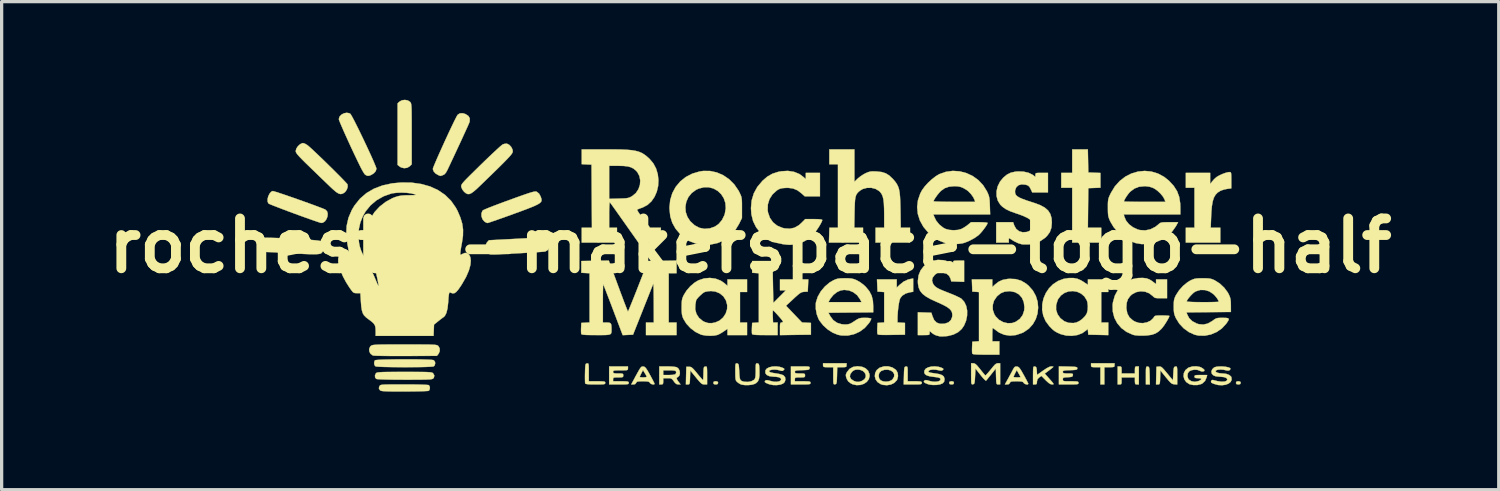
<source format=kicad_pcb>
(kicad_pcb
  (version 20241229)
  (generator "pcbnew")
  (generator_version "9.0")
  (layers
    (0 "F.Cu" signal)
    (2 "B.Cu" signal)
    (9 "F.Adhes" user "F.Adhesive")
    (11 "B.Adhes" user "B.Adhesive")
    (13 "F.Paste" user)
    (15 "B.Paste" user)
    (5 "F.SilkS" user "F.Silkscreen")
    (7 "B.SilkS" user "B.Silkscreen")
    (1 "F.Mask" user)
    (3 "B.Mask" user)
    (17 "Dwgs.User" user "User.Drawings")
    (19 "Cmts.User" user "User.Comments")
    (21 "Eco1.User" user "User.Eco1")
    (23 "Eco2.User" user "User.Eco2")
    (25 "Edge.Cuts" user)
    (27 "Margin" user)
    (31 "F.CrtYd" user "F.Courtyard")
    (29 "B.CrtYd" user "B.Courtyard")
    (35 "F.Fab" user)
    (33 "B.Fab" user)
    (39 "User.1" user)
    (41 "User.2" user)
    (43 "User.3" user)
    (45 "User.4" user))
  (footprint "rochester-makerspace-logo-half"
    (layer "F.Cu")
    (at 19.892 4.465)
    (property "Reference" "rochester-makerspace-logo-half" (at 0 0 0) (layer "F.SilkS") (effects (font (size 1.524 1.524) (thickness 0.3))))
    (attr through_hole)
    (fp_poly (pts (xy -1.002 4.153) (xy -0.983 4.181) (xy -0.982 4.193) (xy -0.994 4.228) (xy -1.036 4.241) (xy -1.054 4.241) (xy -1.107 4.234) (xy -1.125 4.206) (xy -1.126 4.193) (xy -1.115 4.158) (xy -1.073 4.146) (xy -1.054 4.145) (xy -1.002 4.153)) (stroke (width 0.01) (type solid)) (fill yes) (layer "F.SilkS"))
    (fp_poly (pts (xy 6.211 4.153) (xy 6.229 4.181) (xy 6.23 4.193) (xy 6.219 4.228) (xy 6.177 4.241) (xy 6.158 4.241) (xy 6.106 4.234) (xy 6.087 4.206) (xy 6.086 4.193) (xy 6.098 4.158) (xy 6.14 4.146) (xy 6.158 4.145) (xy 6.211 4.153)) (stroke (width 0.01) (type solid)) (fill yes) (layer "F.SilkS"))
    (fp_poly (pts (xy 14.981 4.153) (xy 15 4.181) (xy 15 4.193) (xy 14.989 4.228) (xy 14.947 4.241) (xy 14.928 4.241) (xy 14.876 4.234) (xy 14.857 4.206) (xy 14.857 4.193) (xy 14.868 4.158) (xy 14.91 4.146) (xy 14.928 4.145) (xy 14.981 4.153)) (stroke (width 0.01) (type solid)) (fill yes) (layer "F.SilkS"))
    (fp_poly (pts (xy 12.155 3.695) (xy 12.178 3.7) (xy 12.194 3.715) (xy 12.204 3.748) (xy 12.21 3.806) (xy 12.214 3.899) (xy 12.216 3.972) (xy 12.222 4.241) (xy 12.101 4.241) (xy 12.101 3.964) (xy 12.101 3.846) (xy 12.103 3.767) (xy 12.109 3.721) (xy 12.119 3.699) (xy 12.135 3.693) (xy 12.155 3.695)) (stroke (width 0.01) (type solid)) (fill yes) (layer "F.SilkS"))
    (fp_poly (pts (xy 10.333 -2.594) (xy 10.34 -2.24) (xy 10.525 -2.233) (xy 10.711 -2.226) (xy 10.711 -1.775) (xy 10.525 -1.768) (xy 10.34 -1.761) (xy 10.333 -1.156) (xy 10.327 -0.551) (xy 10.735 -0.551) (xy 10.735 -0.096) (xy 9.848 -0.096) (xy 9.848 -1.773) (xy 9.513 -1.773) (xy 9.513 -2.228) (xy 9.848 -2.228) (xy 9.848 -2.947) (xy 10.326 -2.947) (xy 10.333 -2.594)) (stroke (width 0.01) (type solid)) (fill yes) (layer "F.SilkS"))
    (fp_poly (pts (xy 11.142 3.654) (xy 11.14 3.686) (xy 11.124 3.704) (xy 11.085 3.712) (xy 11.012 3.714) (xy 10.987 3.714) (xy 10.831 3.714) (xy 10.831 4.241) (xy 10.711 4.241) (xy 10.711 3.714) (xy 10.567 3.714) (xy 10.488 3.713) (xy 10.445 3.706) (xy 10.427 3.689) (xy 10.424 3.656) (xy 10.424 3.654) (xy 10.424 3.594) (xy 11.142 3.594) (xy 11.142 3.654)) (stroke (width 0.01) (type solid)) (fill yes) (layer "F.SilkS"))
    (fp_poly (pts (xy -10.472 -4.444) (xy -10.404 -4.402) (xy -10.391 -4.387) (xy -10.38 -4.369) (xy -10.371 -4.345) (xy -10.365 -4.309) (xy -10.36 -4.257) (xy -10.356 -4.183) (xy -10.354 -4.084) (xy -10.353 -3.954) (xy -10.352 -3.788) (xy -10.352 -3.583) (xy -10.352 -3.418) (xy -10.352 -2.49) (xy -10.411 -2.431) (xy -10.489 -2.384) (xy -10.584 -2.372) (xy -10.678 -2.396) (xy -10.72 -2.422) (xy -10.783 -2.472) (xy -10.783 -4.353) (xy -10.728 -4.405) (xy -10.653 -4.447) (xy -10.561 -4.46) (xy -10.472 -4.444)) (stroke (width 0.01) (type solid)) (fill yes) (layer "F.SilkS"))
    (fp_poly (pts (xy 4.803 3.703) (xy 4.812 3.733) (xy 4.816 3.791) (xy 4.816 3.887) (xy 4.816 3.916) (xy 4.816 4.145) (xy 5.032 4.145) (xy 5.135 4.146) (xy 5.198 4.15) (xy 5.232 4.159) (xy 5.246 4.175) (xy 5.248 4.193) (xy 5.245 4.214) (xy 5.231 4.228) (xy 5.197 4.236) (xy 5.136 4.24) (xy 5.04 4.241) (xy 4.971 4.241) (xy 4.695 4.241) (xy 4.702 3.972) (xy 4.705 3.855) (xy 4.71 3.777) (xy 4.717 3.731) (xy 4.729 3.707) (xy 4.748 3.697) (xy 4.763 3.695) (xy 4.787 3.693) (xy 4.803 3.703)) (stroke (width 0.01) (type solid)) (fill yes) (layer "F.SilkS"))
    (fp_poly (pts (xy 11.335 3.695) (xy 11.353 3.717) (xy 11.358 3.769) (xy 11.358 3.798) (xy 11.358 3.906) (xy 11.765 3.906) (xy 11.765 3.798) (xy 11.768 3.731) (xy 11.78 3.7) (xy 11.809 3.691) (xy 11.825 3.69) (xy 11.885 3.69) (xy 11.885 4.241) (xy 11.825 4.241) (xy 11.788 4.237) (xy 11.771 4.215) (xy 11.766 4.163) (xy 11.765 4.133) (xy 11.765 4.026) (xy 11.358 4.026) (xy 11.358 4.133) (xy 11.356 4.2) (xy 11.343 4.232) (xy 11.314 4.241) (xy 11.298 4.241) (xy 11.238 4.241) (xy 11.238 3.69) (xy 11.298 3.69) (xy 11.335 3.695)) (stroke (width 0.01) (type solid)) (fill yes) (layer "F.SilkS"))
    (fp_poly (pts (xy 2.947 3.654) (xy 2.944 3.688) (xy 2.928 3.705) (xy 2.886 3.713) (xy 2.808 3.714) (xy 2.804 3.714) (xy 2.661 3.714) (xy 2.655 3.972) (xy 2.651 4.086) (xy 2.646 4.16) (xy 2.638 4.204) (xy 2.625 4.226) (xy 2.605 4.235) (xy 2.594 4.237) (xy 2.57 4.239) (xy 2.555 4.23) (xy 2.546 4.203) (xy 2.542 4.15) (xy 2.54 4.063) (xy 2.54 3.979) (xy 2.54 3.714) (xy 2.384 3.714) (xy 2.301 3.713) (xy 2.254 3.707) (xy 2.234 3.692) (xy 2.229 3.664) (xy 2.228 3.654) (xy 2.228 3.594) (xy 2.947 3.594) (xy 2.947 3.654)) (stroke (width 0.01) (type solid)) (fill yes) (layer "F.SilkS"))
    (fp_poly (pts (xy -4.952 3.605) (xy -4.943 3.631) (xy -4.938 3.683) (xy -4.936 3.768) (xy -4.936 3.868) (xy -4.936 4.145) (xy -4.685 4.145) (xy -4.572 4.146) (xy -4.5 4.149) (xy -4.458 4.156) (xy -4.438 4.168) (xy -4.433 4.187) (xy -4.433 4.193) (xy -4.436 4.213) (xy -4.449 4.227) (xy -4.481 4.235) (xy -4.539 4.239) (xy -4.631 4.241) (xy -4.733 4.241) (xy -4.868 4.24) (xy -4.96 4.235) (xy -5.016 4.227) (xy -5.043 4.215) (xy -5.046 4.21) (xy -5.05 4.175) (xy -5.052 4.102) (xy -5.053 4.003) (xy -5.051 3.892) (xy -5.048 3.771) (xy -5.043 3.69) (xy -5.037 3.64) (xy -5.026 3.614) (xy -5.008 3.602) (xy -4.99 3.599) (xy -4.967 3.597) (xy -4.952 3.605)) (stroke (width 0.01) (type solid)) (fill yes) (layer "F.SilkS"))
    (fp_poly (pts (xy -10.264 3.474) (xy -10.099 3.476) (xy -9.953 3.48) (xy -9.831 3.484) (xy -9.74 3.49) (xy -9.688 3.497) (xy -9.679 3.499) (xy -9.641 3.546) (xy -9.633 3.594) (xy -9.65 3.662) (xy -9.679 3.689) (xy -9.715 3.696) (xy -9.792 3.701) (xy -9.903 3.706) (xy -10.042 3.71) (xy -10.202 3.712) (xy -10.375 3.713) (xy -10.556 3.714) (xy -10.737 3.713) (xy -10.912 3.712) (xy -11.074 3.709) (xy -11.217 3.706) (xy -11.332 3.701) (xy -11.415 3.696) (xy -11.457 3.689) (xy -11.46 3.688) (xy -11.492 3.646) (xy -11.501 3.583) (xy -11.487 3.523) (xy -11.473 3.503) (xy -11.442 3.496) (xy -11.37 3.49) (xy -11.264 3.484) (xy -11.129 3.48) (xy -10.972 3.477) (xy -10.801 3.474) (xy -10.622 3.473) (xy -10.441 3.473) (xy -10.264 3.474)) (stroke (width 0.01) (type solid)) (fill yes) (layer "F.SilkS"))
    (fp_poly (pts (xy 14.68 -2.251) (xy 14.697 -2.241) (xy 14.707 -2.213) (xy 14.711 -2.16) (xy 14.713 -2.072) (xy 14.713 -2.004) (xy 14.713 -1.755) (xy 14.59 -1.739) (xy 14.496 -1.72) (xy 14.405 -1.69) (xy 14.376 -1.677) (xy 14.294 -1.625) (xy 14.23 -1.558) (xy 14.18 -1.47) (xy 14.144 -1.355) (xy 14.119 -1.208) (xy 14.103 -1.022) (xy 14.097 -0.905) (xy 14.083 -0.551) (xy 14.377 -0.551) (xy 14.377 -0.096) (xy 13.323 -0.096) (xy 13.323 -0.551) (xy 13.587 -0.551) (xy 13.587 -1.773) (xy 13.323 -1.773) (xy 13.323 -2.228) (xy 14.066 -2.228) (xy 14.066 -1.884) (xy 14.124 -1.962) (xy 14.185 -2.032) (xy 14.255 -2.095) (xy 14.26 -2.099) (xy 14.339 -2.146) (xy 14.437 -2.192) (xy 14.538 -2.229) (xy 14.624 -2.25) (xy 14.654 -2.252) (xy 14.68 -2.251)) (stroke (width 0.01) (type solid)) (fill yes) (layer "F.SilkS"))
    (fp_poly (pts (xy 13.044 3.701) (xy 13.053 3.727) (xy 13.058 3.778) (xy 13.059 3.863) (xy 13.059 3.966) (xy 13.059 4.244) (xy 12.97 4.237) (xy 12.928 4.23) (xy 12.889 4.213) (xy 12.848 4.178) (xy 12.794 4.12) (xy 12.72 4.031) (xy 12.712 4.021) (xy 12.544 3.813) (xy 12.537 4.027) (xy 12.534 4.129) (xy 12.528 4.192) (xy 12.518 4.225) (xy 12.501 4.239) (xy 12.474 4.241) (xy 12.471 4.241) (xy 12.411 4.241) (xy 12.418 3.972) (xy 12.424 3.702) (xy 12.5 3.695) (xy 12.535 3.695) (xy 12.568 3.706) (xy 12.605 3.734) (xy 12.654 3.786) (xy 12.722 3.867) (xy 12.752 3.903) (xy 12.928 4.118) (xy 12.94 3.91) (xy 12.946 3.81) (xy 12.954 3.747) (xy 12.966 3.714) (xy 12.986 3.699) (xy 13.006 3.695) (xy 13.029 3.693) (xy 13.044 3.701)) (stroke (width 0.01) (type solid)) (fill yes) (layer "F.SilkS"))
    (fp_poly (pts (xy -10.584 4.242) (xy -10.402 4.242) (xy -10.234 4.244) (xy -10.087 4.247) (xy -9.967 4.251) (xy -9.88 4.256) (xy -9.834 4.261) (xy -9.828 4.263) (xy -9.803 4.301) (xy -9.795 4.349) (xy -9.806 4.405) (xy -9.828 4.435) (xy -9.859 4.441) (xy -9.932 4.445) (xy -10.041 4.45) (xy -10.179 4.453) (xy -10.339 4.455) (xy -10.517 4.457) (xy -10.572 4.457) (xy -10.779 4.456) (xy -10.943 4.456) (xy -11.069 4.454) (xy -11.164 4.45) (xy -11.231 4.446) (xy -11.276 4.439) (xy -11.304 4.43) (xy -11.32 4.42) (xy -11.32 4.419) (xy -11.353 4.373) (xy -11.35 4.324) (xy -11.333 4.288) (xy -11.324 4.275) (xy -11.309 4.264) (xy -11.283 4.256) (xy -11.241 4.25) (xy -11.177 4.246) (xy -11.086 4.244) (xy -10.963 4.242) (xy -10.804 4.242) (xy -10.602 4.242) (xy -10.584 4.242)) (stroke (width 0.01) (type solid)) (fill yes) (layer "F.SilkS"))
    (fp_poly (pts (xy -6.307 -0.256) (xy -6.267 -0.245) (xy -6.233 -0.221) (xy -6.205 -0.194) (xy -6.151 -0.114) (xy -6.132 -0.025) (xy -6.145 0.059) (xy -6.189 0.129) (xy -6.26 0.173) (xy -6.285 0.179) (xy -6.33 0.183) (xy -6.416 0.19) (xy -6.535 0.198) (xy -6.679 0.207) (xy -6.841 0.216) (xy -7.013 0.226) (xy -7.189 0.235) (xy -7.36 0.244) (xy -7.519 0.251) (xy -7.659 0.257) (xy -7.771 0.262) (xy -7.85 0.264) (xy -7.864 0.264) (xy -7.946 0.261) (xy -7.997 0.248) (xy -8.034 0.219) (xy -8.05 0.2) (xy -8.091 0.113) (xy -8.097 0.014) (xy -8.066 -0.078) (xy -8.045 -0.107) (xy -7.991 -0.168) (xy -7.32 -0.203) (xy -7.135 -0.213) (xy -6.954 -0.223) (xy -6.788 -0.232) (xy -6.645 -0.24) (xy -6.533 -0.247) (xy -6.463 -0.251) (xy -6.368 -0.257) (xy -6.307 -0.256)) (stroke (width 0.01) (type solid)) (fill yes) (layer "F.SilkS"))
    (fp_poly (pts (xy 4.349 3.723) (xy 4.45 3.791) (xy 4.465 3.806) (xy 4.51 3.888) (xy 4.521 3.987) (xy 4.498 4.085) (xy 4.482 4.117) (xy 4.407 4.193) (xy 4.304 4.244) (xy 4.184 4.265) (xy 4.06 4.255) (xy 3.988 4.231) (xy 3.894 4.169) (xy 3.835 4.085) (xy 3.811 3.989) (xy 3.813 3.975) (xy 3.927 3.975) (xy 3.945 4.062) (xy 3.989 4.115) (xy 4.062 4.147) (xy 4.152 4.158) (xy 4.243 4.147) (xy 4.322 4.113) (xy 4.355 4.084) (xy 4.401 4.006) (xy 4.404 3.931) (xy 4.37 3.867) (xy 4.306 3.818) (xy 4.215 3.791) (xy 4.105 3.794) (xy 4.008 3.828) (xy 3.947 3.89) (xy 3.927 3.975) (xy 3.813 3.975) (xy 3.822 3.892) (xy 3.868 3.804) (xy 3.951 3.736) (xy 3.968 3.727) (xy 4.094 3.689) (xy 4.226 3.689) (xy 4.349 3.723)) (stroke (width 0.01) (type solid)) (fill yes) (layer "F.SilkS"))
    (fp_poly (pts (xy 4.984 1.408) (xy 4.882 1.424) (xy 4.753 1.461) (xy 4.65 1.527) (xy 4.588 1.606) (xy 4.566 1.671) (xy 4.546 1.77) (xy 4.528 1.894) (xy 4.514 2.029) (xy 4.506 2.163) (xy 4.505 2.221) (xy 4.505 2.346) (xy 4.619 2.353) (xy 4.733 2.36) (xy 4.733 2.72) (xy 4.319 2.726) (xy 4.163 2.728) (xy 4.05 2.727) (xy 3.972 2.724) (xy 3.923 2.718) (xy 3.898 2.708) (xy 3.892 2.7) (xy 3.887 2.66) (xy 3.885 2.588) (xy 3.887 2.514) (xy 3.894 2.36) (xy 3.996 2.353) (xy 4.098 2.346) (xy 4.098 1.417) (xy 3.996 1.409) (xy 3.894 1.402) (xy 3.886 1.216) (xy 3.878 1.03) (xy 4.481 1.03) (xy 4.481 1.28) (xy 4.571 1.194) (xy 4.695 1.095) (xy 4.824 1.035) (xy 4.895 1.018) (xy 4.984 1.001) (xy 4.984 1.408)) (stroke (width 0.01) (type solid)) (fill yes) (layer "F.SilkS"))
    (fp_poly (pts (xy -14.571 -1.666) (xy -14.501 -1.645) (xy -14.399 -1.612) (xy -14.272 -1.57) (xy -14.124 -1.519) (xy -13.964 -1.464) (xy -13.798 -1.405) (xy -13.631 -1.346) (xy -13.47 -1.288) (xy -13.322 -1.234) (xy -13.193 -1.185) (xy -13.089 -1.146) (xy -13.017 -1.116) (xy -12.989 -1.103) (xy -12.94 -1.053) (xy -12.92 -0.981) (xy -12.927 -0.898) (xy -12.956 -0.817) (xy -13.004 -0.749) (xy -13.066 -0.706) (xy -13.119 -0.697) (xy -13.152 -0.706) (xy -13.225 -0.73) (xy -13.331 -0.766) (xy -13.466 -0.813) (xy -13.623 -0.869) (xy -13.797 -0.932) (xy -13.934 -0.982) (xy -14.116 -1.049) (xy -14.285 -1.113) (xy -14.434 -1.17) (xy -14.559 -1.218) (xy -14.654 -1.256) (xy -14.713 -1.282) (xy -14.731 -1.292) (xy -14.758 -1.347) (xy -14.759 -1.424) (xy -14.739 -1.51) (xy -14.701 -1.589) (xy -14.652 -1.649) (xy -14.602 -1.673) (xy -14.571 -1.666)) (stroke (width 0.01) (type solid)) (fill yes) (layer "F.SilkS"))
    (fp_poly (pts (xy -10.322 3.019) (xy -10.123 3.02) (xy -9.963 3.021) (xy -9.837 3.022) (xy -9.74 3.025) (xy -9.669 3.028) (xy -9.619 3.033) (xy -9.585 3.04) (xy -9.562 3.048) (xy -9.546 3.059) (xy -9.537 3.067) (xy -9.497 3.138) (xy -9.494 3.222) (xy -9.529 3.303) (xy -9.535 3.31) (xy -9.581 3.367) (xy -10.535 3.372) (xy -10.746 3.372) (xy -10.943 3.372) (xy -11.122 3.37) (xy -11.275 3.368) (xy -11.398 3.365) (xy -11.486 3.362) (xy -11.533 3.358) (xy -11.539 3.356) (xy -11.608 3.307) (xy -11.647 3.236) (xy -11.653 3.159) (xy -11.623 3.088) (xy -11.599 3.063) (xy -11.583 3.052) (xy -11.562 3.043) (xy -11.53 3.036) (xy -11.484 3.031) (xy -11.419 3.026) (xy -11.33 3.023) (xy -11.213 3.021) (xy -11.063 3.02) (xy -10.875 3.019) (xy -10.646 3.019) (xy -10.565 3.019) (xy -10.322 3.019)) (stroke (width 0.01) (type solid)) (fill yes) (layer "F.SilkS"))
    (fp_poly (pts (xy -10.347 3.858) (xy -10.167 3.859) (xy -10.025 3.86) (xy -9.917 3.862) (xy -9.837 3.866) (xy -9.78 3.87) (xy -9.742 3.877) (xy -9.718 3.885) (xy -9.702 3.896) (xy -9.696 3.902) (xy -9.66 3.967) (xy -9.672 4.031) (xy -9.694 4.06) (xy -9.71 4.07) (xy -9.736 4.078) (xy -9.777 4.085) (xy -9.84 4.089) (xy -9.927 4.093) (xy -10.045 4.095) (xy -10.197 4.096) (xy -10.389 4.097) (xy -10.563 4.097) (xy -10.801 4.096) (xy -11.006 4.094) (xy -11.174 4.09) (xy -11.304 4.085) (xy -11.391 4.08) (xy -11.434 4.073) (xy -11.436 4.072) (xy -11.47 4.028) (xy -11.475 3.966) (xy -11.449 3.906) (xy -11.44 3.896) (xy -11.425 3.885) (xy -11.399 3.877) (xy -11.357 3.871) (xy -11.295 3.866) (xy -11.207 3.862) (xy -11.089 3.86) (xy -10.937 3.859) (xy -10.745 3.858) (xy -10.569 3.858) (xy -10.347 3.858)) (stroke (width 0.01) (type solid)) (fill yes) (layer "F.SilkS"))
    (fp_poly (pts (xy 9.254 3.694) (xy 9.273 3.701) (xy 9.256 3.72) (xy 9.209 3.759) (xy 9.143 3.809) (xy 9.141 3.811) (xy 9.008 3.909) (xy 9.155 4.075) (xy 9.223 4.153) (xy 9.263 4.202) (xy 9.277 4.228) (xy 9.269 4.239) (xy 9.242 4.241) (xy 9.233 4.241) (xy 9.184 4.231) (xy 9.126 4.195) (xy 9.052 4.128) (xy 9.035 4.111) (xy 8.906 3.98) (xy 8.838 4.028) (xy 8.787 4.08) (xy 8.77 4.147) (xy 8.77 4.159) (xy 8.765 4.215) (xy 8.745 4.238) (xy 8.71 4.241) (xy 8.65 4.241) (xy 8.65 3.964) (xy 8.651 3.846) (xy 8.653 3.767) (xy 8.658 3.721) (xy 8.668 3.699) (xy 8.685 3.693) (xy 8.704 3.695) (xy 8.737 3.705) (xy 8.754 3.734) (xy 8.763 3.794) (xy 8.765 3.827) (xy 8.773 3.951) (xy 8.955 3.821) (xy 9.069 3.745) (xy 9.157 3.701) (xy 9.205 3.69) (xy 9.254 3.694)) (stroke (width 0.01) (type solid)) (fill yes) (layer "F.SilkS"))
    (fp_poly (pts (xy 3.418 3.701) (xy 3.528 3.749) (xy 3.606 3.823) (xy 3.646 3.922) (xy 3.651 3.983) (xy 3.627 4.082) (xy 3.566 4.163) (xy 3.477 4.223) (xy 3.37 4.257) (xy 3.253 4.263) (xy 3.135 4.237) (xy 3.079 4.21) (xy 3.002 4.152) (xy 2.955 4.075) (xy 2.948 4.054) (xy 2.935 4.011) (xy 3.049 4.011) (xy 3.087 4.079) (xy 3.169 4.133) (xy 3.171 4.135) (xy 3.256 4.163) (xy 3.329 4.163) (xy 3.416 4.135) (xy 3.493 4.084) (xy 3.531 4.019) (xy 3.533 3.949) (xy 3.502 3.882) (xy 3.443 3.827) (xy 3.356 3.793) (xy 3.288 3.786) (xy 3.207 3.794) (xy 3.145 3.827) (xy 3.113 3.856) (xy 3.058 3.935) (xy 3.049 4.011) (xy 2.935 4.011) (xy 2.927 3.986) (xy 2.927 3.938) (xy 2.948 3.886) (xy 2.96 3.864) (xy 3.038 3.766) (xy 3.145 3.706) (xy 3.276 3.685) (xy 3.278 3.685) (xy 3.418 3.701)) (stroke (width 0.01) (type solid)) (fill yes) (layer "F.SilkS"))
    (fp_poly (pts (xy -14.654 -0.242) (xy -14.499 -0.237) (xy -14.314 -0.23) (xy -14.102 -0.219) (xy -14.007 -0.214) (xy -13.77 -0.201) (xy -13.577 -0.189) (xy -13.424 -0.178) (xy -13.306 -0.168) (xy -13.22 -0.158) (xy -13.162 -0.148) (xy -13.127 -0.138) (xy -13.118 -0.133) (xy -13.068 -0.074) (xy -13.043 0.009) (xy -13.044 0.099) (xy -13.072 0.18) (xy -13.115 0.228) (xy -13.145 0.242) (xy -13.192 0.252) (xy -13.26 0.258) (xy -13.355 0.26) (xy -13.479 0.258) (xy -13.638 0.252) (xy -13.836 0.241) (xy -14.077 0.227) (xy -14.09 0.226) (xy -14.25 0.217) (xy -14.404 0.208) (xy -14.542 0.201) (xy -14.653 0.196) (xy -14.728 0.194) (xy -14.732 0.194) (xy -14.822 0.189) (xy -14.881 0.176) (xy -14.924 0.149) (xy -14.942 0.133) (xy -14.987 0.06) (xy -15.004 -0.028) (xy -14.993 -0.117) (xy -14.956 -0.191) (xy -14.896 -0.238) (xy -14.895 -0.239) (xy -14.857 -0.243) (xy -14.775 -0.244) (xy -14.654 -0.242)) (stroke (width 0.01) (type solid)) (fill yes) (layer "F.SilkS"))
    (fp_poly (pts (xy -13.622 -3.124) (xy -13.554 -3.085) (xy -13.517 -3.057) (xy -13.454 -3.002) (xy -13.368 -2.923) (xy -13.264 -2.825) (xy -13.147 -2.713) (xy -13.022 -2.593) (xy -12.894 -2.467) (xy -12.767 -2.343) (xy -12.647 -2.223) (xy -12.538 -2.114) (xy -12.446 -2.019) (xy -12.374 -1.944) (xy -12.329 -1.894) (xy -12.314 -1.874) (xy -12.309 -1.803) (xy -12.334 -1.721) (xy -12.383 -1.649) (xy -12.415 -1.621) (xy -12.473 -1.589) (xy -12.529 -1.58) (xy -12.589 -1.597) (xy -12.663 -1.644) (xy -12.756 -1.723) (xy -12.816 -1.778) (xy -12.893 -1.852) (xy -12.997 -1.952) (xy -13.12 -2.07) (xy -13.253 -2.199) (xy -13.389 -2.33) (xy -13.461 -2.4) (xy -13.597 -2.532) (xy -13.701 -2.636) (xy -13.779 -2.716) (xy -13.834 -2.777) (xy -13.869 -2.822) (xy -13.889 -2.857) (xy -13.897 -2.885) (xy -13.898 -2.9) (xy -13.879 -2.972) (xy -13.83 -3.044) (xy -13.765 -3.104) (xy -13.697 -3.137) (xy -13.675 -3.139) (xy -13.622 -3.124)) (stroke (width 0.01) (type solid)) (fill yes) (layer "F.SilkS"))
    (fp_poly (pts (xy -12.261 -4.053) (xy -12.229 -4.035) (xy -12.207 -4.004) (xy -12.168 -3.936) (xy -12.115 -3.836) (xy -12.051 -3.71) (xy -11.978 -3.564) (xy -11.901 -3.405) (xy -11.821 -3.239) (xy -11.741 -3.07) (xy -11.665 -2.906) (xy -11.594 -2.753) (xy -11.533 -2.616) (xy -11.484 -2.501) (xy -11.449 -2.415) (xy -11.431 -2.363) (xy -11.43 -2.354) (xy -11.451 -2.284) (xy -11.508 -2.217) (xy -11.587 -2.167) (xy -11.588 -2.166) (xy -11.652 -2.142) (xy -11.693 -2.137) (xy -11.736 -2.151) (xy -11.766 -2.168) (xy -11.788 -2.186) (xy -11.815 -2.225) (xy -11.852 -2.286) (xy -11.9 -2.375) (xy -11.959 -2.494) (xy -12.033 -2.647) (xy -12.124 -2.837) (xy -12.204 -3.008) (xy -12.289 -3.193) (xy -12.368 -3.367) (xy -12.438 -3.523) (xy -12.496 -3.657) (xy -12.541 -3.763) (xy -12.57 -3.837) (xy -12.58 -3.873) (xy -12.58 -3.874) (xy -12.559 -3.947) (xy -12.503 -4.007) (xy -12.426 -4.049) (xy -12.341 -4.066) (xy -12.261 -4.053)) (stroke (width 0.01) (type solid)) (fill yes) (layer "F.SilkS"))
    (fp_poly (pts (xy -8.705 -4.026) (xy -8.618 -3.969) (xy -8.576 -3.896) (xy -8.578 -3.805) (xy -8.589 -3.769) (xy -8.607 -3.726) (xy -8.642 -3.646) (xy -8.693 -3.534) (xy -8.756 -3.397) (xy -8.828 -3.239) (xy -8.908 -3.067) (xy -8.992 -2.887) (xy -9.077 -2.705) (xy -9.161 -2.526) (xy -9.241 -2.357) (xy -9.258 -2.32) (xy -9.305 -2.235) (xy -9.35 -2.184) (xy -9.398 -2.159) (xy -9.449 -2.141) (xy -9.474 -2.134) (xy -9.475 -2.134) (xy -9.496 -2.143) (xy -9.537 -2.16) (xy -9.622 -2.209) (xy -9.681 -2.275) (xy -9.705 -2.346) (xy -9.705 -2.348) (xy -9.695 -2.383) (xy -9.667 -2.454) (xy -9.624 -2.557) (xy -9.569 -2.685) (xy -9.504 -2.831) (xy -9.432 -2.991) (xy -9.357 -3.157) (xy -9.28 -3.324) (xy -9.205 -3.486) (xy -9.134 -3.636) (xy -9.07 -3.769) (xy -9.016 -3.878) (xy -8.975 -3.957) (xy -8.949 -4.001) (xy -8.946 -4.005) (xy -8.877 -4.049) (xy -8.787 -4.052) (xy -8.705 -4.026)) (stroke (width 0.01) (type solid)) (fill yes) (layer "F.SilkS"))
    (fp_poly (pts (xy -6.551 -1.657) (xy -6.529 -1.651) (xy -6.523 -1.648) (xy -6.455 -1.592) (xy -6.405 -1.498) (xy -6.386 -1.435) (xy -6.38 -1.398) (xy -6.384 -1.365) (xy -6.403 -1.333) (xy -6.439 -1.301) (xy -6.497 -1.265) (xy -6.581 -1.224) (xy -6.695 -1.176) (xy -6.843 -1.118) (xy -7.028 -1.049) (xy -7.243 -0.971) (xy -7.425 -0.905) (xy -7.593 -0.845) (xy -7.742 -0.793) (xy -7.866 -0.75) (xy -7.96 -0.718) (xy -8.019 -0.699) (xy -8.036 -0.695) (xy -8.077 -0.709) (xy -8.129 -0.742) (xy -8.13 -0.743) (xy -8.187 -0.812) (xy -8.217 -0.898) (xy -8.219 -0.987) (xy -8.191 -1.062) (xy -8.175 -1.081) (xy -8.144 -1.098) (xy -8.073 -1.129) (xy -7.968 -1.172) (xy -7.834 -1.224) (xy -7.677 -1.283) (xy -7.503 -1.348) (xy -7.362 -1.399) (xy -7.153 -1.475) (xy -6.985 -1.535) (xy -6.852 -1.581) (xy -6.75 -1.615) (xy -6.673 -1.638) (xy -6.618 -1.652) (xy -6.579 -1.658) (xy -6.551 -1.657)) (stroke (width 0.01) (type solid)) (fill yes) (layer "F.SilkS"))
    (fp_poly (pts (xy -1.333 3.701) (xy -1.324 3.727) (xy -1.32 3.779) (xy -1.318 3.864) (xy -1.318 3.964) (xy -1.318 4.241) (xy -1.401 4.241) (xy -1.439 4.238) (xy -1.475 4.224) (xy -1.514 4.193) (xy -1.565 4.139) (xy -1.636 4.055) (xy -1.658 4.027) (xy -1.833 3.814) (xy -1.84 4.027) (xy -1.844 4.129) (xy -1.849 4.192) (xy -1.859 4.225) (xy -1.876 4.239) (xy -1.904 4.241) (xy -1.907 4.241) (xy -1.966 4.241) (xy -1.96 3.972) (xy -1.953 3.702) (xy -1.87 3.702) (xy -1.83 3.705) (xy -1.795 3.719) (xy -1.756 3.751) (xy -1.704 3.806) (xy -1.633 3.891) (xy -1.618 3.91) (xy -1.55 3.992) (xy -1.494 4.057) (xy -1.456 4.099) (xy -1.442 4.109) (xy -1.437 4.083) (xy -1.433 4.021) (xy -1.43 3.934) (xy -1.429 3.902) (xy -1.427 3.804) (xy -1.421 3.744) (xy -1.41 3.712) (xy -1.391 3.698) (xy -1.372 3.695) (xy -1.349 3.693) (xy -1.333 3.701)) (stroke (width 0.01) (type solid)) (fill yes) (layer "F.SilkS"))
    (fp_poly (pts (xy -7.369 -3.086) (xy -7.308 -3.021) (xy -7.269 -2.942) (xy -7.261 -2.891) (xy -7.263 -2.87) (xy -7.271 -2.846) (xy -7.289 -2.816) (xy -7.317 -2.778) (xy -7.36 -2.728) (xy -7.42 -2.663) (xy -7.499 -2.582) (xy -7.599 -2.481) (xy -7.724 -2.357) (xy -7.877 -2.208) (xy -8.059 -2.031) (xy -8.245 -1.851) (xy -8.366 -1.736) (xy -8.46 -1.655) (xy -8.534 -1.604) (xy -8.593 -1.58) (xy -8.645 -1.582) (xy -8.695 -1.606) (xy -8.746 -1.647) (xy -8.8 -1.715) (xy -8.833 -1.789) (xy -8.834 -1.795) (xy -8.837 -1.818) (xy -8.836 -1.839) (xy -8.828 -1.864) (xy -8.808 -1.896) (xy -8.775 -1.938) (xy -8.724 -1.994) (xy -8.652 -2.068) (xy -8.557 -2.163) (xy -8.434 -2.284) (xy -8.282 -2.434) (xy -8.241 -2.474) (xy -8.097 -2.614) (xy -7.962 -2.743) (xy -7.839 -2.859) (xy -7.733 -2.957) (xy -7.649 -3.033) (xy -7.59 -3.082) (xy -7.564 -3.101) (xy -7.496 -3.12) (xy -7.438 -3.121) (xy -7.369 -3.086)) (stroke (width 0.01) (type solid)) (fill yes) (layer "F.SilkS"))
    (fp_poly (pts (xy -2.432 3.693) (xy -2.336 3.7) (xy -2.266 3.711) (xy -2.243 3.717) (xy -2.189 3.763) (xy -2.157 3.83) (xy -2.149 3.904) (xy -2.166 3.97) (xy -2.209 4.014) (xy -2.216 4.017) (xy -2.247 4.039) (xy -2.245 4.077) (xy -2.21 4.136) (xy -2.191 4.161) (xy -2.13 4.241) (xy -2.2 4.241) (xy -2.253 4.231) (xy -2.3 4.193) (xy -2.336 4.145) (xy -2.378 4.09) (xy -2.416 4.061) (xy -2.468 4.051) (xy -2.531 4.05) (xy -2.66 4.05) (xy -2.66 4.145) (xy -2.663 4.207) (xy -2.679 4.235) (xy -2.715 4.241) (xy -2.72 4.241) (xy -2.78 4.241) (xy -2.78 3.81) (xy -2.66 3.81) (xy -2.66 3.954) (xy -2.483 3.954) (xy -2.37 3.949) (xy -2.302 3.935) (xy -2.279 3.921) (xy -2.263 3.873) (xy -2.267 3.849) (xy -2.284 3.829) (xy -2.322 3.817) (xy -2.391 3.811) (xy -2.471 3.81) (xy -2.66 3.81) (xy -2.78 3.81) (xy -2.78 3.69) (xy -2.541 3.69) (xy -2.432 3.693)) (stroke (width 0.01) (type solid)) (fill yes) (layer "F.SilkS"))
    (fp_poly (pts (xy -3.738 3.75) (xy -3.74 3.778) (xy -3.75 3.795) (xy -3.779 3.805) (xy -3.835 3.809) (xy -3.927 3.81) (xy -3.966 3.81) (xy -4.072 3.811) (xy -4.138 3.814) (xy -4.175 3.822) (xy -4.19 3.837) (xy -4.193 3.858) (xy -4.189 3.884) (xy -4.167 3.898) (xy -4.118 3.905) (xy -4.038 3.906) (xy -3.954 3.907) (xy -3.907 3.913) (xy -3.887 3.928) (xy -3.882 3.956) (xy -3.882 3.966) (xy -3.885 3.998) (xy -3.9 4.016) (xy -3.939 4.024) (xy -4.012 4.026) (xy -4.038 4.026) (xy -4.121 4.027) (xy -4.168 4.033) (xy -4.188 4.048) (xy -4.193 4.076) (xy -4.193 4.086) (xy -4.193 4.145) (xy -3.954 4.145) (xy -3.845 4.146) (xy -3.775 4.149) (xy -3.736 4.157) (xy -3.718 4.17) (xy -3.714 4.191) (xy -3.714 4.193) (xy -3.717 4.213) (xy -3.73 4.227) (xy -3.762 4.235) (xy -3.82 4.239) (xy -3.912 4.241) (xy -4.014 4.241) (xy -4.313 4.241) (xy -4.313 3.69) (xy -3.738 3.69) (xy -3.738 3.75)) (stroke (width 0.01) (type solid)) (fill yes) (layer "F.SilkS"))
    (fp_poly (pts (xy -3.261 3.695) (xy -3.231 3.705) (xy -3.199 3.732) (xy -3.162 3.782) (xy -3.113 3.864) (xy -3.062 3.954) (xy -3.009 4.053) (xy -2.965 4.137) (xy -2.935 4.197) (xy -2.924 4.223) (xy -2.941 4.242) (xy -2.982 4.241) (xy -3.029 4.226) (xy -3.064 4.199) (xy -3.067 4.193) (xy -3.086 4.169) (xy -3.118 4.155) (xy -3.174 4.148) (xy -3.266 4.145) (xy -3.282 4.145) (xy -3.378 4.147) (xy -3.437 4.152) (xy -3.468 4.164) (xy -3.484 4.186) (xy -3.487 4.193) (xy -3.519 4.232) (xy -3.57 4.241) (xy -3.638 4.241) (xy -3.515 4.013) (xy -3.379 4.013) (xy -3.357 4.02) (xy -3.303 4.025) (xy -3.271 4.026) (xy -3.207 4.022) (xy -3.169 4.013) (xy -3.164 4.008) (xy -3.176 3.978) (xy -3.205 3.924) (xy -3.222 3.897) (xy -3.279 3.804) (xy -3.329 3.902) (xy -3.359 3.963) (xy -3.376 4.004) (xy -3.379 4.013) (xy -3.515 4.013) (xy -3.506 3.996) (xy -3.44 3.876) (xy -3.393 3.792) (xy -3.358 3.738) (xy -3.33 3.707) (xy -3.305 3.695) (xy -3.278 3.693) (xy -3.261 3.695)) (stroke (width 0.01) (type solid)) (fill yes) (layer "F.SilkS"))
    (fp_poly (pts (xy 1.657 3.69) (xy 1.738 3.692) (xy 1.787 3.697) (xy 1.811 3.707) (xy 1.819 3.722) (xy 1.817 3.744) (xy 1.81 3.77) (xy 1.793 3.786) (xy 1.755 3.796) (xy 1.688 3.801) (xy 1.587 3.805) (xy 1.483 3.809) (xy 1.418 3.815) (xy 1.382 3.825) (xy 1.368 3.841) (xy 1.366 3.859) (xy 1.371 3.884) (xy 1.393 3.899) (xy 1.443 3.905) (xy 1.522 3.906) (xy 1.605 3.907) (xy 1.652 3.913) (xy 1.672 3.928) (xy 1.677 3.956) (xy 1.677 3.966) (xy 1.675 3.998) (xy 1.659 4.016) (xy 1.62 4.024) (xy 1.547 4.026) (xy 1.522 4.026) (xy 1.438 4.027) (xy 1.391 4.033) (xy 1.371 4.048) (xy 1.366 4.076) (xy 1.366 4.086) (xy 1.366 4.145) (xy 1.605 4.145) (xy 1.715 4.146) (xy 1.784 4.149) (xy 1.824 4.157) (xy 1.841 4.17) (xy 1.845 4.191) (xy 1.845 4.193) (xy 1.842 4.213) (xy 1.829 4.227) (xy 1.797 4.235) (xy 1.739 4.239) (xy 1.647 4.241) (xy 1.546 4.241) (xy 1.246 4.241) (xy 1.246 3.69) (xy 1.535 3.69) (xy 1.657 3.69)) (stroke (width 0.01) (type solid)) (fill yes) (layer "F.SilkS"))
    (fp_poly (pts (xy 13.755 3.707) (xy 13.805 3.73) (xy 13.858 3.766) (xy 13.89 3.798) (xy 13.892 3.802) (xy 13.884 3.832) (xy 13.845 3.846) (xy 13.792 3.841) (xy 13.743 3.82) (xy 13.668 3.794) (xy 13.573 3.792) (xy 13.481 3.811) (xy 13.418 3.847) (xy 13.38 3.91) (xy 13.372 3.99) (xy 13.395 4.066) (xy 13.418 4.096) (xy 13.498 4.145) (xy 13.599 4.161) (xy 13.705 4.141) (xy 13.715 4.137) (xy 13.78 4.102) (xy 13.798 4.075) (xy 13.77 4.056) (xy 13.695 4.05) (xy 13.694 4.05) (xy 13.627 4.046) (xy 13.595 4.033) (xy 13.587 4.005) (xy 13.587 4.002) (xy 13.591 3.978) (xy 13.609 3.964) (xy 13.651 3.956) (xy 13.727 3.954) (xy 13.781 3.954) (xy 13.975 3.954) (xy 13.959 4.02) (xy 13.911 4.133) (xy 13.83 4.21) (xy 13.789 4.231) (xy 13.677 4.259) (xy 13.552 4.26) (xy 13.439 4.236) (xy 13.429 4.231) (xy 13.336 4.169) (xy 13.277 4.085) (xy 13.252 3.989) (xy 13.263 3.892) (xy 13.31 3.804) (xy 13.392 3.736) (xy 13.409 3.727) (xy 13.52 3.693) (xy 13.642 3.687) (xy 13.755 3.707)) (stroke (width 0.01) (type solid)) (fill yes) (layer "F.SilkS"))
    (fp_poly (pts (xy 6.861 3.601) (xy 6.901 3.627) (xy 6.951 3.677) (xy 7.019 3.76) (xy 7.032 3.775) (xy 7.094 3.854) (xy 7.147 3.918) (xy 7.181 3.958) (xy 7.19 3.966) (xy 7.211 3.953) (xy 7.253 3.909) (xy 7.311 3.842) (xy 7.357 3.786) (xy 7.43 3.696) (xy 7.483 3.638) (xy 7.524 3.607) (xy 7.56 3.595) (xy 7.576 3.594) (xy 7.644 3.594) (xy 7.644 4.241) (xy 7.585 4.241) (xy 7.558 4.24) (xy 7.541 4.229) (xy 7.53 4.2) (xy 7.524 4.145) (xy 7.521 4.054) (xy 7.519 3.998) (xy 7.512 3.754) (xy 7.371 3.932) (xy 7.307 4.011) (xy 7.255 4.076) (xy 7.221 4.118) (xy 7.213 4.128) (xy 7.193 4.118) (xy 7.15 4.077) (xy 7.092 4.012) (xy 7.043 3.951) (xy 6.889 3.755) (xy 6.877 3.992) (xy 6.871 4.101) (xy 6.864 4.17) (xy 6.854 4.21) (xy 6.838 4.229) (xy 6.815 4.236) (xy 6.811 4.237) (xy 6.79 4.239) (xy 6.775 4.232) (xy 6.765 4.209) (xy 6.76 4.162) (xy 6.758 4.085) (xy 6.757 3.97) (xy 6.757 3.919) (xy 6.757 3.594) (xy 6.824 3.594) (xy 6.861 3.601)) (stroke (width 0.01) (type solid)) (fill yes) (layer "F.SilkS"))
    (fp_poly (pts (xy 14.448 3.693) (xy 14.541 3.702) (xy 14.62 3.718) (xy 14.673 3.74) (xy 14.689 3.761) (xy 14.669 3.801) (xy 14.62 3.819) (xy 14.558 3.811) (xy 14.482 3.793) (xy 14.39 3.786) (xy 14.307 3.792) (xy 14.271 3.801) (xy 14.234 3.826) (xy 14.237 3.853) (xy 14.276 3.878) (xy 14.342 3.897) (xy 14.43 3.906) (xy 14.446 3.906) (xy 14.557 3.918) (xy 14.647 3.951) (xy 14.705 4) (xy 14.715 4.02) (xy 14.724 4.098) (xy 14.693 4.164) (xy 14.629 4.216) (xy 14.539 4.251) (xy 14.431 4.266) (xy 14.311 4.259) (xy 14.202 4.23) (xy 14.131 4.203) (xy 14.098 4.181) (xy 14.092 4.156) (xy 14.099 4.132) (xy 14.126 4.104) (xy 14.168 4.109) (xy 14.296 4.142) (xy 14.41 4.157) (xy 14.501 4.155) (xy 14.563 4.135) (xy 14.589 4.098) (xy 14.589 4.081) (xy 14.56 4.042) (xy 14.489 4.017) (xy 14.374 4.005) (xy 14.346 4.004) (xy 14.234 3.992) (xy 14.159 3.96) (xy 14.114 3.907) (xy 14.104 3.843) (xy 14.131 3.777) (xy 14.187 3.724) (xy 14.201 3.717) (xy 14.266 3.699) (xy 14.352 3.692) (xy 14.448 3.693)) (stroke (width 0.01) (type solid)) (fill yes) (layer "F.SilkS"))
    (fp_poly (pts (xy 8.156 3.695) (xy 8.189 3.702) (xy 8.219 3.722) (xy 8.252 3.761) (xy 8.294 3.827) (xy 8.351 3.927) (xy 8.366 3.954) (xy 8.42 4.053) (xy 8.465 4.137) (xy 8.495 4.197) (xy 8.506 4.223) (xy 8.506 4.223) (xy 8.489 4.242) (xy 8.448 4.241) (xy 8.401 4.226) (xy 8.366 4.199) (xy 8.363 4.193) (xy 8.344 4.169) (xy 8.312 4.155) (xy 8.256 4.148) (xy 8.164 4.145) (xy 8.148 4.145) (xy 8.052 4.147) (xy 7.993 4.152) (xy 7.962 4.164) (xy 7.946 4.186) (xy 7.943 4.193) (xy 7.912 4.232) (xy 7.859 4.241) (xy 7.789 4.241) (xy 7.886 4.068) (xy 7.916 4.013) (xy 8.051 4.013) (xy 8.073 4.02) (xy 8.127 4.025) (xy 8.159 4.026) (xy 8.223 4.024) (xy 8.262 4.019) (xy 8.267 4.016) (xy 8.256 3.992) (xy 8.229 3.94) (xy 8.209 3.905) (xy 8.152 3.803) (xy 8.101 3.902) (xy 8.072 3.963) (xy 8.054 4.004) (xy 8.051 4.013) (xy 7.916 4.013) (xy 7.939 3.97) (xy 7.991 3.874) (xy 8.03 3.798) (xy 8.034 3.791) (xy 8.07 3.728) (xy 8.102 3.699) (xy 8.143 3.694) (xy 8.156 3.695)) (stroke (width 0.01) (type solid)) (fill yes) (layer "F.SilkS"))
    (fp_poly (pts (xy 9.723 3.695) (xy 9.843 3.699) (xy 9.923 3.703) (xy 9.971 3.71) (xy 9.995 3.721) (xy 10.004 3.738) (xy 10.004 3.75) (xy 10 3.773) (xy 9.983 3.787) (xy 9.943 3.796) (xy 9.871 3.802) (xy 9.783 3.805) (xy 9.678 3.809) (xy 9.613 3.815) (xy 9.577 3.825) (xy 9.563 3.841) (xy 9.561 3.859) (xy 9.566 3.884) (xy 9.588 3.898) (xy 9.638 3.905) (xy 9.718 3.906) (xy 9.802 3.907) (xy 9.849 3.913) (xy 9.868 3.926) (xy 9.869 3.952) (xy 9.868 3.96) (xy 9.859 3.99) (xy 9.835 4.007) (xy 9.784 4.016) (xy 9.711 4.021) (xy 9.629 4.026) (xy 9.584 4.035) (xy 9.565 4.053) (xy 9.561 4.084) (xy 9.561 4.087) (xy 9.563 4.113) (xy 9.573 4.13) (xy 9.601 4.14) (xy 9.656 4.144) (xy 9.746 4.145) (xy 9.801 4.145) (xy 9.91 4.146) (xy 9.979 4.149) (xy 10.019 4.157) (xy 10.036 4.17) (xy 10.04 4.191) (xy 10.04 4.193) (xy 10.037 4.213) (xy 10.024 4.227) (xy 9.992 4.235) (xy 9.934 4.239) (xy 9.842 4.241) (xy 9.741 4.241) (xy 9.441 4.241) (xy 9.441 3.689) (xy 9.723 3.695)) (stroke (width 0.01) (type solid)) (fill yes) (layer "F.SilkS"))
    (fp_poly (pts (xy -0.401 3.599) (xy -0.377 3.605) (xy -0.361 3.622) (xy -0.35 3.657) (xy -0.343 3.721) (xy -0.337 3.822) (xy -0.335 3.853) (xy -0.328 3.972) (xy -0.318 4.053) (xy -0.299 4.103) (xy -0.267 4.133) (xy -0.218 4.151) (xy -0.174 4.16) (xy -0.068 4.165) (xy 0.033 4.146) (xy 0.111 4.105) (xy 0.121 4.096) (xy 0.143 4.067) (xy 0.157 4.027) (xy 0.165 3.964) (xy 0.168 3.869) (xy 0.168 3.82) (xy 0.168 3.714) (xy 0.171 3.648) (xy 0.178 3.612) (xy 0.192 3.598) (xy 0.215 3.598) (xy 0.222 3.599) (xy 0.247 3.605) (xy 0.263 3.623) (xy 0.273 3.66) (xy 0.279 3.728) (xy 0.282 3.827) (xy 0.282 3.968) (xy 0.268 4.07) (xy 0.238 4.143) (xy 0.189 4.195) (xy 0.135 4.226) (xy 0.052 4.25) (xy -0.057 4.262) (xy -0.17 4.261) (xy -0.265 4.246) (xy -0.288 4.238) (xy -0.351 4.203) (xy -0.401 4.164) (xy -0.425 4.138) (xy -0.441 4.106) (xy -0.45 4.059) (xy -0.454 3.985) (xy -0.455 3.876) (xy -0.455 3.852) (xy -0.455 3.738) (xy -0.453 3.663) (xy -0.447 3.62) (xy -0.436 3.601) (xy -0.417 3.597) (xy -0.401 3.599)) (stroke (width 0.01) (type solid)) (fill yes) (layer "F.SilkS"))
    (fp_poly (pts (xy 5.766 3.704) (xy 5.84 3.727) (xy 5.894 3.752) (xy 5.91 3.773) (xy 5.894 3.797) (xy 5.893 3.799) (xy 5.855 3.82) (xy 5.802 3.817) (xy 5.774 3.81) (xy 5.68 3.791) (xy 5.587 3.787) (xy 5.511 3.797) (xy 5.465 3.82) (xy 5.465 3.82) (xy 5.45 3.846) (xy 5.461 3.865) (xy 5.502 3.88) (xy 5.581 3.894) (xy 5.655 3.904) (xy 5.783 3.926) (xy 5.87 3.958) (xy 5.921 4.001) (xy 5.941 4.062) (xy 5.943 4.086) (xy 5.931 4.156) (xy 5.889 4.204) (xy 5.879 4.21) (xy 5.804 4.24) (xy 5.701 4.256) (xy 5.587 4.258) (xy 5.48 4.245) (xy 5.43 4.231) (xy 5.35 4.197) (xy 5.312 4.167) (xy 5.314 4.139) (xy 5.329 4.124) (xy 5.361 4.109) (xy 5.41 4.113) (xy 5.48 4.134) (xy 5.572 4.155) (xy 5.665 4.16) (xy 5.746 4.15) (xy 5.801 4.125) (xy 5.815 4.106) (xy 5.819 4.069) (xy 5.791 4.042) (xy 5.726 4.024) (xy 5.63 4.012) (xy 5.49 3.993) (xy 5.395 3.963) (xy 5.34 3.921) (xy 5.322 3.865) (xy 5.332 3.81) (xy 5.372 3.757) (xy 5.447 3.718) (xy 5.545 3.695) (xy 5.655 3.69) (xy 5.766 3.704)) (stroke (width 0.01) (type solid)) (fill yes) (layer "F.SilkS"))
    (fp_poly (pts (xy 0.902 3.704) (xy 0.976 3.727) (xy 1.03 3.752) (xy 1.046 3.772) (xy 1.031 3.796) (xy 1.025 3.802) (xy 0.989 3.826) (xy 0.943 3.824) (xy 0.909 3.813) (xy 0.83 3.794) (xy 0.748 3.787) (xy 0.673 3.791) (xy 0.614 3.804) (xy 0.581 3.825) (xy 0.585 3.853) (xy 0.589 3.857) (xy 0.623 3.872) (xy 0.692 3.889) (xy 0.779 3.903) (xy 0.787 3.904) (xy 0.882 3.92) (xy 0.965 3.942) (xy 1.019 3.964) (xy 1.019 3.964) (xy 1.067 4.021) (xy 1.077 4.098) (xy 1.055 4.168) (xy 1.005 4.215) (xy 0.922 4.247) (xy 0.816 4.262) (xy 0.701 4.26) (xy 0.589 4.237) (xy 0.566 4.23) (xy 0.485 4.196) (xy 0.448 4.167) (xy 0.45 4.138) (xy 0.464 4.124) (xy 0.496 4.11) (xy 0.546 4.114) (xy 0.622 4.135) (xy 0.722 4.158) (xy 0.814 4.161) (xy 0.889 4.147) (xy 0.936 4.116) (xy 0.947 4.087) (xy 0.929 4.047) (xy 0.874 4.021) (xy 0.779 4.007) (xy 0.714 4.004) (xy 0.592 3.99) (xy 0.508 3.953) (xy 0.465 3.897) (xy 0.464 3.822) (xy 0.467 3.81) (xy 0.507 3.757) (xy 0.582 3.718) (xy 0.681 3.695) (xy 0.791 3.69) (xy 0.902 3.704)) (stroke (width 0.01) (type solid)) (fill yes) (layer "F.SilkS"))
    (fp_poly (pts (xy 3.187 -1.955) (xy 3.289 -2.055) (xy 3.37 -2.121) (xy 3.47 -2.186) (xy 3.531 -2.218) (xy 3.609 -2.251) (xy 3.675 -2.269) (xy 3.749 -2.275) (xy 3.848 -2.272) (xy 3.866 -2.271) (xy 4.021 -2.254) (xy 4.144 -2.215) (xy 4.252 -2.149) (xy 4.358 -2.048) (xy 4.369 -2.037) (xy 4.433 -1.962) (xy 4.483 -1.891) (xy 4.521 -1.816) (xy 4.55 -1.731) (xy 4.569 -1.629) (xy 4.582 -1.501) (xy 4.59 -1.342) (xy 4.595 -1.143) (xy 4.596 -1.096) (xy 4.604 -0.551) (xy 4.888 -0.551) (xy 4.888 -0.096) (xy 3.834 -0.096) (xy 3.834 -0.551) (xy 4.098 -0.551) (xy 4.098 -0.954) (xy 4.095 -1.148) (xy 4.088 -1.302) (xy 4.073 -1.421) (xy 4.051 -1.513) (xy 4.018 -1.585) (xy 3.974 -1.643) (xy 3.942 -1.674) (xy 3.834 -1.739) (xy 3.706 -1.771) (xy 3.571 -1.77) (xy 3.444 -1.736) (xy 3.368 -1.692) (xy 3.314 -1.648) (xy 3.273 -1.604) (xy 3.242 -1.553) (xy 3.221 -1.488) (xy 3.207 -1.402) (xy 3.199 -1.287) (xy 3.194 -1.136) (xy 3.191 -1.012) (xy 3.183 -0.551) (xy 3.451 -0.551) (xy 3.451 -0.096) (xy 2.929 -0.096) (xy 2.408 -0.096) (xy 2.423 -0.551) (xy 2.684 -0.551) (xy 2.684 -2.492) (xy 2.42 -2.492) (xy 2.42 -2.947) (xy 3.187 -2.947) (xy 3.187 -1.955)) (stroke (width 0.01) (type solid)) (fill yes) (layer "F.SilkS"))
    (fp_poly (pts (xy 0.695 1.109) (xy 0.707 1.75) (xy 1.089 1.366) (xy 0.911 1.366) (xy 0.911 1.03) (xy 1.777 1.03) (xy 1.769 1.216) (xy 1.761 1.402) (xy 1.653 1.409) (xy 1.605 1.415) (xy 1.562 1.429) (xy 1.516 1.456) (xy 1.457 1.503) (xy 1.377 1.574) (xy 1.321 1.626) (xy 1.096 1.835) (xy 1.584 2.346) (xy 1.721 2.353) (xy 1.857 2.36) (xy 1.857 2.72) (xy 1.384 2.726) (xy 0.911 2.733) (xy 0.911 2.542) (xy 0.911 2.447) (xy 0.916 2.39) (xy 0.926 2.36) (xy 0.947 2.348) (xy 0.971 2.344) (xy 0.996 2.338) (xy 1.004 2.326) (xy 0.992 2.3) (xy 0.957 2.253) (xy 0.894 2.179) (xy 0.87 2.152) (xy 0.802 2.076) (xy 0.745 2.017) (xy 0.707 1.982) (xy 0.696 1.976) (xy 0.691 2.002) (xy 0.689 2.064) (xy 0.69 2.149) (xy 0.691 2.166) (xy 0.699 2.348) (xy 0.839 2.348) (xy 0.839 2.732) (xy 0.455 2.732) (xy 0.304 2.731) (xy 0.195 2.728) (xy 0.121 2.722) (xy 0.078 2.714) (xy 0.059 2.702) (xy 0.058 2.699) (xy 0.052 2.659) (xy 0.051 2.588) (xy 0.053 2.514) (xy 0.06 2.36) (xy 0.162 2.353) (xy 0.264 2.346) (xy 0.264 0.841) (xy 0.162 0.834) (xy 0.06 0.827) (xy 0.06 0.467) (xy 0.683 0.467) (xy 0.695 1.109)) (stroke (width 0.01) (type solid)) (fill yes) (layer "F.SilkS"))
    (fp_poly (pts (xy 10.004 1.009) (xy 10.119 1.059) (xy 10.209 1.115) (xy 10.328 1.195) (xy 10.328 1.03) (xy 10.951 1.03) (xy 10.951 1.414) (xy 10.735 1.414) (xy 10.735 2.348) (xy 10.951 2.348) (xy 10.951 2.733) (xy 10.645 2.726) (xy 10.34 2.72) (xy 10.332 2.63) (xy 10.325 2.541) (xy 10.272 2.591) (xy 10.152 2.676) (xy 10.004 2.731) (xy 9.839 2.755) (xy 9.668 2.747) (xy 9.503 2.706) (xy 9.481 2.697) (xy 9.385 2.654) (xy 9.311 2.611) (xy 9.242 2.555) (xy 9.163 2.474) (xy 9.147 2.458) (xy 9.034 2.304) (xy 8.962 2.137) (xy 8.929 1.962) (xy 8.929 1.959) (xy 9.355 1.959) (xy 9.4 2.096) (xy 9.484 2.214) (xy 9.603 2.308) (xy 9.739 2.358) (xy 9.888 2.364) (xy 9.976 2.347) (xy 10.067 2.304) (xy 10.162 2.234) (xy 10.244 2.149) (xy 10.295 2.068) (xy 10.32 1.969) (xy 10.326 1.85) (xy 10.314 1.735) (xy 10.295 1.671) (xy 10.22 1.55) (xy 10.118 1.463) (xy 9.999 1.408) (xy 9.869 1.386) (xy 9.738 1.397) (xy 9.614 1.442) (xy 9.505 1.519) (xy 9.419 1.63) (xy 9.404 1.661) (xy 9.356 1.813) (xy 9.355 1.959) (xy 8.929 1.959) (xy 8.933 1.785) (xy 8.97 1.612) (xy 9.04 1.449) (xy 9.139 1.301) (xy 9.265 1.175) (xy 9.416 1.077) (xy 9.589 1.012) (xy 9.743 0.988) (xy 9.885 0.987) (xy 10.004 1.009)) (stroke (width 0.01) (type solid)) (fill yes) (layer "F.SilkS"))
    (fp_poly (pts (xy 1.34 -2.26) (xy 1.506 -2.193) (xy 1.635 -2.097) (xy 1.701 -2.035) (xy 1.701 -2.228) (xy 2.133 -2.228) (xy 2.133 -1.51) (xy 1.671 -1.51) (xy 1.575 -1.596) (xy 1.447 -1.694) (xy 1.315 -1.75) (xy 1.167 -1.77) (xy 1.089 -1.769) (xy 0.987 -1.761) (xy 0.915 -1.745) (xy 0.853 -1.716) (xy 0.811 -1.688) (xy 0.681 -1.569) (xy 0.59 -1.426) (xy 0.54 -1.264) (xy 0.534 -1.091) (xy 0.546 -1.014) (xy 0.603 -0.852) (xy 0.697 -0.718) (xy 0.824 -0.615) (xy 0.982 -0.548) (xy 1.054 -0.531) (xy 1.215 -0.521) (xy 1.356 -0.552) (xy 1.488 -0.627) (xy 1.567 -0.698) (xy 1.684 -0.815) (xy 1.944 -0.815) (xy 2.073 -0.813) (xy 2.157 -0.806) (xy 2.198 -0.795) (xy 2.205 -0.787) (xy 2.191 -0.741) (xy 2.154 -0.668) (xy 2.101 -0.579) (xy 2.039 -0.485) (xy 1.974 -0.397) (xy 1.919 -0.33) (xy 1.765 -0.196) (xy 1.584 -0.102) (xy 1.388 -0.049) (xy 1.3 -0.036) (xy 1.232 -0.029) (xy 1.168 -0.03) (xy 1.09 -0.037) (xy 0.994 -0.049) (xy 0.776 -0.096) (xy 0.586 -0.177) (xy 0.417 -0.296) (xy 0.32 -0.389) (xy 0.182 -0.563) (xy 0.089 -0.752) (xy 0.037 -0.961) (xy 0.024 -1.15) (xy 0.045 -1.385) (xy 0.11 -1.6) (xy 0.218 -1.798) (xy 0.372 -1.982) (xy 0.373 -1.983) (xy 0.522 -2.112) (xy 0.676 -2.201) (xy 0.851 -2.258) (xy 0.951 -2.277) (xy 1.153 -2.289) (xy 1.34 -2.26)) (stroke (width 0.01) (type solid)) (fill yes) (layer "F.SilkS"))
    (fp_poly (pts (xy -1.227 -2.286) (xy -1.02 -2.241) (xy -0.824 -2.156) (xy -0.645 -2.033) (xy -0.488 -1.877) (xy -0.36 -1.691) (xy -0.331 -1.636) (xy -0.299 -1.568) (xy -0.276 -1.513) (xy -0.263 -1.457) (xy -0.255 -1.39) (xy -0.252 -1.3) (xy -0.252 -1.175) (xy -0.252 -1.161) (xy -0.252 -0.848) (xy -0.341 -0.667) (xy -0.442 -0.501) (xy -0.57 -0.348) (xy -0.714 -0.222) (xy -0.811 -0.16) (xy -1.005 -0.08) (xy -1.219 -0.035) (xy -1.437 -0.028) (xy -1.646 -0.061) (xy -1.651 -0.062) (xy -1.854 -0.139) (xy -2.035 -0.257) (xy -2.135 -0.348) (xy -2.281 -0.52) (xy -2.382 -0.7) (xy -2.444 -0.897) (xy -2.467 -1.119) (xy -2.468 -1.165) (xy -2.466 -1.188) (xy -1.982 -1.188) (xy -1.971 -1.03) (xy -1.919 -0.879) (xy -1.834 -0.75) (xy -1.701 -0.627) (xy -1.555 -0.549) (xy -1.397 -0.517) (xy -1.233 -0.531) (xy -1.078 -0.586) (xy -0.962 -0.668) (xy -0.863 -0.786) (xy -0.791 -0.931) (xy -0.776 -0.976) (xy -0.747 -1.148) (xy -0.759 -1.309) (xy -0.808 -1.453) (xy -0.888 -1.577) (xy -0.993 -1.677) (xy -1.12 -1.749) (xy -1.262 -1.787) (xy -1.415 -1.788) (xy -1.573 -1.748) (xy -1.656 -1.71) (xy -1.79 -1.611) (xy -1.891 -1.486) (xy -1.955 -1.342) (xy -1.982 -1.188) (xy -2.466 -1.188) (xy -2.446 -1.396) (xy -2.381 -1.609) (xy -2.278 -1.8) (xy -2.139 -1.966) (xy -1.969 -2.102) (xy -1.771 -2.205) (xy -1.549 -2.27) (xy -1.438 -2.287) (xy -1.227 -2.286)) (stroke (width 0.01) (type solid)) (fill yes) (layer "F.SilkS"))
    (fp_poly (pts (xy 12.114 0.996) (xy 12.206 1.029) (xy 12.295 1.084) (xy 12.304 1.091) (xy 12.412 1.174) (xy 12.412 1.03) (xy 12.748 1.03) (xy 12.748 1.605) (xy 12.56 1.605) (xy 12.464 1.604) (xy 12.402 1.598) (xy 12.36 1.583) (xy 12.327 1.555) (xy 12.315 1.542) (xy 12.203 1.454) (xy 12.074 1.404) (xy 11.936 1.393) (xy 11.801 1.42) (xy 11.678 1.486) (xy 11.625 1.534) (xy 11.553 1.631) (xy 11.514 1.744) (xy 11.504 1.884) (xy 11.506 1.93) (xy 11.534 2.074) (xy 11.599 2.19) (xy 11.705 2.284) (xy 11.767 2.32) (xy 11.886 2.36) (xy 12.013 2.367) (xy 12.136 2.343) (xy 12.245 2.292) (xy 12.326 2.215) (xy 12.344 2.187) (xy 12.361 2.161) (xy 12.386 2.145) (xy 12.43 2.137) (xy 12.502 2.133) (xy 12.596 2.133) (xy 12.693 2.134) (xy 12.769 2.138) (xy 12.813 2.144) (xy 12.82 2.147) (xy 12.807 2.187) (xy 12.773 2.253) (xy 12.725 2.334) (xy 12.672 2.417) (xy 12.619 2.49) (xy 12.583 2.534) (xy 12.488 2.624) (xy 12.39 2.685) (xy 12.277 2.723) (xy 12.137 2.743) (xy 12.041 2.748) (xy 11.89 2.748) (xy 11.771 2.738) (xy 11.706 2.723) (xy 11.513 2.637) (xy 11.352 2.518) (xy 11.226 2.371) (xy 11.137 2.202) (xy 11.089 2.014) (xy 11.083 1.812) (xy 11.094 1.728) (xy 11.15 1.529) (xy 11.242 1.355) (xy 11.365 1.209) (xy 11.514 1.096) (xy 11.686 1.021) (xy 11.862 0.988) (xy 12.004 0.984) (xy 12.114 0.996)) (stroke (width 0.01) (type solid)) (fill yes) (layer "F.SilkS"))
    (fp_poly (pts (xy -1.058 1.007) (xy -0.9 1.068) (xy -0.794 1.141) (xy -0.695 1.226) (xy -0.695 1.03) (xy -0.096 1.03) (xy -0.096 1.414) (xy -0.312 1.414) (xy -0.312 2.348) (xy -0.096 2.348) (xy -0.096 2.732) (xy -0.695 2.732) (xy -0.695 2.54) (xy -0.809 2.62) (xy -0.888 2.671) (xy -0.966 2.713) (xy -1.004 2.728) (xy -1.102 2.748) (xy -1.225 2.754) (xy -1.355 2.747) (xy -1.471 2.727) (xy -1.509 2.716) (xy -1.672 2.637) (xy -1.824 2.522) (xy -1.953 2.383) (xy -2.045 2.231) (xy -2.071 2.166) (xy -2.087 2.096) (xy -2.095 2.006) (xy -2.096 1.944) (xy -1.682 1.944) (xy -1.644 2.083) (xy -1.567 2.204) (xy -1.454 2.299) (xy -1.402 2.327) (xy -1.289 2.364) (xy -1.173 2.367) (xy -1.066 2.346) (xy -0.934 2.287) (xy -0.826 2.192) (xy -0.748 2.072) (xy -0.706 1.936) (xy -0.703 1.813) (xy -0.743 1.668) (xy -0.82 1.548) (xy -0.929 1.457) (xy -1.064 1.401) (xy -1.196 1.385) (xy -1.29 1.392) (xy -1.373 1.409) (xy -1.406 1.422) (xy -1.455 1.455) (xy -1.515 1.508) (xy -1.576 1.567) (xy -1.625 1.623) (xy -1.652 1.664) (xy -1.654 1.671) (xy -1.659 1.704) (xy -1.67 1.765) (xy -1.676 1.795) (xy -1.682 1.944) (xy -2.096 1.944) (xy -2.097 1.882) (xy -2.097 1.881) (xy -2.095 1.765) (xy -2.089 1.681) (xy -2.076 1.615) (xy -2.052 1.552) (xy -2.03 1.506) (xy -1.944 1.369) (xy -1.83 1.238) (xy -1.7 1.128) (xy -1.583 1.058) (xy -1.409 1) (xy -1.231 0.984) (xy -1.058 1.007)) (stroke (width 0.01) (type solid)) (fill yes) (layer "F.SilkS"))
    (fp_poly (pts (xy 3.015 0.996) (xy 3.1 1.004) (xy 3.169 1.02) (xy 3.24 1.048) (xy 3.266 1.06) (xy 3.372 1.122) (xy 3.481 1.206) (xy 3.534 1.256) (xy 3.643 1.389) (xy 3.715 1.528) (xy 3.753 1.686) (xy 3.762 1.846) (xy 3.762 2.036) (xy 2.394 2.049) (xy 2.451 2.157) (xy 2.539 2.274) (xy 2.657 2.357) (xy 2.799 2.401) (xy 2.887 2.408) (xy 2.969 2.406) (xy 3.031 2.393) (xy 3.093 2.366) (xy 3.172 2.316) (xy 3.187 2.306) (xy 3.268 2.254) (xy 3.329 2.223) (xy 3.39 2.209) (xy 3.469 2.205) (xy 3.513 2.205) (xy 3.6 2.207) (xy 3.666 2.215) (xy 3.7 2.225) (xy 3.701 2.226) (xy 3.695 2.256) (xy 3.668 2.311) (xy 3.634 2.364) (xy 3.505 2.512) (xy 3.348 2.628) (xy 3.17 2.707) (xy 2.982 2.747) (xy 2.789 2.744) (xy 2.682 2.723) (xy 2.524 2.659) (xy 2.369 2.559) (xy 2.23 2.433) (xy 2.12 2.291) (xy 2.089 2.237) (xy 2.035 2.093) (xy 2.006 1.931) (xy 2.006 1.775) (xy 2.012 1.727) (xy 2.013 1.725) (xy 2.395 1.725) (xy 3.404 1.725) (xy 3.356 1.632) (xy 3.27 1.512) (xy 3.154 1.422) (xy 3.019 1.366) (xy 2.875 1.35) (xy 2.765 1.367) (xy 2.654 1.418) (xy 2.547 1.502) (xy 2.46 1.607) (xy 2.433 1.652) (xy 2.395 1.725) (xy 2.013 1.725) (xy 2.066 1.56) (xy 2.159 1.396) (xy 2.283 1.248) (xy 2.429 1.124) (xy 2.539 1.06) (xy 2.61 1.028) (xy 2.674 1.008) (xy 2.749 0.998) (xy 2.849 0.995) (xy 2.899 0.994) (xy 3.015 0.996)) (stroke (width 0.01) (type solid)) (fill yes) (layer "F.SilkS"))
    (fp_poly (pts (xy 8.119 1.02) (xy 8.285 1.068) (xy 8.438 1.159) (xy 8.513 1.222) (xy 8.644 1.37) (xy 8.736 1.536) (xy 8.79 1.712) (xy 8.806 1.894) (xy 8.787 2.073) (xy 8.733 2.244) (xy 8.644 2.401) (xy 8.522 2.536) (xy 8.367 2.643) (xy 8.315 2.668) (xy 8.128 2.731) (xy 7.946 2.749) (xy 7.774 2.724) (xy 7.616 2.657) (xy 7.549 2.61) (xy 7.485 2.561) (xy 7.437 2.527) (xy 7.417 2.516) (xy 7.411 2.538) (xy 7.407 2.597) (xy 7.405 2.682) (xy 7.404 2.72) (xy 7.404 2.923) (xy 7.62 2.923) (xy 7.62 3.331) (xy 7.212 3.331) (xy 7.056 3.33) (xy 6.942 3.327) (xy 6.864 3.322) (xy 6.817 3.314) (xy 6.795 3.303) (xy 6.791 3.298) (xy 6.786 3.259) (xy 6.784 3.188) (xy 6.786 3.101) (xy 6.793 2.935) (xy 6.895 2.928) (xy 6.997 2.921) (xy 6.997 1.82) (xy 7.416 1.82) (xy 7.42 1.961) (xy 7.467 2.098) (xy 7.51 2.165) (xy 7.613 2.268) (xy 7.738 2.337) (xy 7.875 2.37) (xy 8.012 2.364) (xy 8.118 2.327) (xy 8.245 2.238) (xy 8.332 2.122) (xy 8.379 1.981) (xy 8.387 1.881) (xy 8.367 1.723) (xy 8.31 1.591) (xy 8.22 1.489) (xy 8.101 1.421) (xy 7.957 1.391) (xy 7.923 1.39) (xy 7.779 1.405) (xy 7.661 1.453) (xy 7.554 1.541) (xy 7.538 1.559) (xy 7.455 1.683) (xy 7.416 1.82) (xy 6.997 1.82) (xy 6.997 1.417) (xy 6.895 1.409) (xy 6.793 1.402) (xy 6.786 1.216) (xy 6.779 1.03) (xy 7.404 1.03) (xy 7.404 1.264) (xy 7.486 1.187) (xy 7.599 1.099) (xy 7.722 1.044) (xy 7.869 1.016) (xy 7.932 1.011) (xy 8.119 1.02)) (stroke (width 0.01) (type solid)) (fill yes) (layer "F.SilkS"))
    (fp_poly (pts (xy -4.159 -2.946) (xy -3.947 -2.943) (xy -3.771 -2.935) (xy -3.625 -2.922) (xy -3.505 -2.902) (xy -3.405 -2.875) (xy -3.319 -2.839) (xy -3.24 -2.792) (xy -3.165 -2.735) (xy -3.086 -2.664) (xy -3.078 -2.657) (xy -2.961 -2.517) (xy -2.877 -2.358) (xy -2.826 -2.185) (xy -2.806 -2.006) (xy -2.816 -1.826) (xy -2.856 -1.654) (xy -2.925 -1.496) (xy -3.02 -1.358) (xy -3.142 -1.247) (xy -3.289 -1.169) (xy -3.31 -1.162) (xy -3.384 -1.136) (xy -3.439 -1.114) (xy -3.457 -1.103) (xy -3.45 -1.079) (xy -3.418 -1.025) (xy -3.365 -0.948) (xy -3.297 -0.855) (xy -3.269 -0.819) (xy -3.061 -0.551) (xy -2.732 -0.551) (xy -2.732 -0.096) (xy -3.416 -0.096) (xy -3.666 -0.449) (xy -3.818 -0.665) (xy -3.945 -0.844) (xy -4.048 -0.99) (xy -4.13 -1.106) (xy -4.193 -1.194) (xy -4.239 -1.258) (xy -4.27 -1.3) (xy -4.288 -1.323) (xy -4.292 -1.329) (xy -4.3 -1.314) (xy -4.305 -1.258) (xy -4.31 -1.167) (xy -4.313 -1.048) (xy -4.313 -0.951) (xy -4.313 -0.551) (xy -4.074 -0.551) (xy -4.074 -0.096) (xy -5.152 -0.096) (xy -5.152 -0.551) (xy -4.84 -0.551) (xy -4.846 -1.516) (xy -4.852 -2.444) (xy -4.313 -2.444) (xy -4.313 -1.434) (xy -4.018 -1.442) (xy -3.892 -1.446) (xy -3.803 -1.451) (xy -3.739 -1.461) (xy -3.689 -1.476) (xy -3.641 -1.5) (xy -3.604 -1.522) (xy -3.494 -1.614) (xy -3.417 -1.73) (xy -3.372 -1.862) (xy -3.362 -1.998) (xy -3.388 -2.131) (xy -3.451 -2.25) (xy -3.497 -2.301) (xy -3.568 -2.359) (xy -3.647 -2.399) (xy -3.745 -2.426) (xy -3.869 -2.44) (xy -4.031 -2.444) (xy -4.046 -2.444) (xy -4.313 -2.444) (xy -4.852 -2.444) (xy -4.852 -2.48) (xy -5.152 -2.494) (xy -5.152 -2.947) (xy -4.414 -2.947) (xy -4.159 -2.946)) (stroke (width 0.01) (type solid)) (fill yes) (layer "F.SilkS"))
    (fp_poly (pts (xy 8.36 -2.266) (xy 8.515 -2.23) (xy 8.641 -2.168) (xy 8.661 -2.153) (xy 8.722 -2.105) (xy 8.722 -2.167) (xy 8.724 -2.197) (xy 8.736 -2.216) (xy 8.768 -2.225) (xy 8.83 -2.228) (xy 8.914 -2.228) (xy 9.106 -2.228) (xy 9.106 -1.629) (xy 8.627 -1.629) (xy 8.577 -1.735) (xy 8.539 -1.803) (xy 8.497 -1.841) (xy 8.431 -1.865) (xy 8.421 -1.867) (xy 8.304 -1.878) (xy 8.208 -1.852) (xy 8.139 -1.792) (xy 8.103 -1.702) (xy 8.099 -1.654) (xy 8.104 -1.602) (xy 8.124 -1.557) (xy 8.162 -1.517) (xy 8.224 -1.477) (xy 8.315 -1.436) (xy 8.441 -1.389) (xy 8.606 -1.335) (xy 8.674 -1.314) (xy 8.861 -1.245) (xy 9.006 -1.168) (xy 9.11 -1.078) (xy 9.179 -0.971) (xy 9.216 -0.843) (xy 9.225 -0.711) (xy 9.211 -0.55) (xy 9.164 -0.417) (xy 9.078 -0.3) (xy 9.017 -0.241) (xy 8.875 -0.144) (xy 8.706 -0.076) (xy 8.525 -0.04) (xy 8.346 -0.04) (xy 8.303 -0.046) (xy 8.193 -0.079) (xy 8.069 -0.139) (xy 7.961 -0.207) (xy 7.924 -0.23) (xy 7.91 -0.221) (xy 7.908 -0.171) (xy 7.908 -0.096) (xy 7.524 -0.096) (xy 7.524 -0.719) (xy 8.041 -0.719) (xy 8.076 -0.618) (xy 8.135 -0.514) (xy 8.222 -0.444) (xy 8.33 -0.412) (xy 8.451 -0.42) (xy 8.517 -0.441) (xy 8.599 -0.494) (xy 8.642 -0.572) (xy 8.65 -0.645) (xy 8.634 -0.715) (xy 8.583 -0.78) (xy 8.494 -0.843) (xy 8.364 -0.906) (xy 8.19 -0.971) (xy 8.123 -0.993) (xy 7.951 -1.055) (xy 7.818 -1.119) (xy 7.714 -1.192) (xy 7.648 -1.257) (xy 7.573 -1.377) (xy 7.535 -1.517) (xy 7.534 -1.667) (xy 7.569 -1.817) (xy 7.64 -1.96) (xy 7.738 -2.08) (xy 7.852 -2.175) (xy 7.97 -2.234) (xy 8.108 -2.265) (xy 8.187 -2.272) (xy 8.36 -2.266)) (stroke (width 0.01) (type solid)) (fill yes) (layer "F.SilkS"))
    (fp_poly (pts (xy 12.269 -2.268) (xy 12.469 -2.208) (xy 12.659 -2.106) (xy 12.807 -1.987) (xy 12.952 -1.83) (xy 13.055 -1.668) (xy 13.12 -1.493) (xy 13.151 -1.293) (xy 13.155 -1.17) (xy 13.155 -0.958) (xy 11.425 -0.958) (xy 11.441 -0.893) (xy 11.494 -0.769) (xy 11.585 -0.657) (xy 11.706 -0.565) (xy 11.847 -0.499) (xy 11.915 -0.48) (xy 12.078 -0.469) (xy 12.239 -0.502) (xy 12.39 -0.578) (xy 12.477 -0.647) (xy 12.512 -0.678) (xy 12.545 -0.699) (xy 12.586 -0.711) (xy 12.646 -0.717) (xy 12.735 -0.719) (xy 12.82 -0.719) (xy 13.086 -0.719) (xy 13.021 -0.599) (xy 12.905 -0.435) (xy 12.755 -0.295) (xy 12.578 -0.183) (xy 12.383 -0.103) (xy 12.178 -0.057) (xy 11.972 -0.05) (xy 11.789 -0.081) (xy 11.602 -0.154) (xy 11.419 -0.266) (xy 11.253 -0.408) (xy 11.113 -0.572) (xy 11.017 -0.734) (xy 10.982 -0.81) (xy 10.96 -0.873) (xy 10.947 -0.937) (xy 10.941 -1.016) (xy 10.939 -1.124) (xy 10.939 -1.163) (xy 10.939 -1.281) (xy 10.943 -1.355) (xy 11.43 -1.355) (xy 11.453 -1.351) (xy 11.518 -1.348) (xy 11.618 -1.346) (xy 11.747 -1.344) (xy 11.899 -1.342) (xy 12.064 -1.342) (xy 12.698 -1.342) (xy 12.673 -1.413) (xy 12.626 -1.5) (xy 12.548 -1.595) (xy 12.454 -1.683) (xy 12.357 -1.75) (xy 12.329 -1.764) (xy 12.217 -1.804) (xy 12.094 -1.82) (xy 12.053 -1.82) (xy 11.889 -1.803) (xy 11.75 -1.749) (xy 11.625 -1.655) (xy 11.613 -1.644) (xy 11.562 -1.584) (xy 11.509 -1.51) (xy 11.464 -1.437) (xy 11.435 -1.378) (xy 11.43 -1.355) (xy 10.943 -1.355) (xy 10.944 -1.365) (xy 10.954 -1.431) (xy 10.974 -1.492) (xy 11.006 -1.563) (xy 11.032 -1.616) (xy 11.154 -1.817) (xy 11.304 -1.983) (xy 11.475 -2.115) (xy 11.662 -2.21) (xy 11.86 -2.268) (xy 12.065 -2.288) (xy 12.269 -2.268)) (stroke (width 0.01) (type solid)) (fill yes) (layer "F.SilkS"))
    (fp_poly (pts (xy -2.252 0.839) (xy -2.492 0.839) (xy -2.492 2.348) (xy -2.252 2.348) (xy -2.252 2.732) (xy -3.187 2.732) (xy -3.187 2.348) (xy -2.947 2.348) (xy -2.949 1.743) (xy -2.95 1.58) (xy -2.952 1.436) (xy -2.954 1.316) (xy -2.957 1.226) (xy -2.96 1.174) (xy -2.962 1.162) (xy -2.974 1.189) (xy -3.001 1.256) (xy -3.041 1.356) (xy -3.092 1.485) (xy -3.153 1.638) (xy -3.221 1.808) (xy -3.278 1.953) (xy -3.583 2.72) (xy -3.741 2.727) (xy -3.899 2.734) (xy -4.192 1.96) (xy -4.261 1.778) (xy -4.325 1.611) (xy -4.382 1.464) (xy -4.429 1.341) (xy -4.465 1.249) (xy -4.488 1.193) (xy -4.495 1.176) (xy -4.498 1.196) (xy -4.5 1.258) (xy -4.502 1.355) (xy -4.504 1.481) (xy -4.505 1.629) (xy -4.505 1.757) (xy -4.505 2.348) (xy -4.388 2.348) (xy -4.315 2.352) (xy -4.271 2.37) (xy -4.249 2.412) (xy -4.242 2.488) (xy -4.241 2.54) (xy -4.241 2.606) (xy -4.245 2.654) (xy -4.258 2.689) (xy -4.288 2.711) (xy -4.341 2.724) (xy -4.422 2.73) (xy -4.538 2.732) (xy -4.695 2.732) (xy -4.712 2.732) (xy -4.874 2.731) (xy -4.995 2.729) (xy -5.079 2.724) (xy -5.131 2.717) (xy -5.159 2.707) (xy -5.166 2.699) (xy -5.171 2.659) (xy -5.173 2.588) (xy -5.171 2.514) (xy -5.164 2.36) (xy -4.912 2.346) (xy -4.912 0.841) (xy -5.038 0.834) (xy -5.164 0.827) (xy -5.164 0.467) (xy -4.744 0.461) (xy -4.324 0.454) (xy -4.037 1.233) (xy -3.97 1.415) (xy -3.907 1.582) (xy -3.852 1.729) (xy -3.805 1.85) (xy -3.769 1.941) (xy -3.746 1.997) (xy -3.738 2.012) (xy -3.727 1.99) (xy -3.7 1.929) (xy -3.661 1.834) (xy -3.61 1.709) (xy -3.55 1.559) (xy -3.483 1.391) (xy -3.424 1.24) (xy -3.122 0.467) (xy -2.687 0.461) (xy -2.252 0.454) (xy -2.252 0.839)) (stroke (width 0.01) (type solid)) (fill yes) (layer "F.SilkS"))
    (fp_poly (pts (xy 6.409 -2.275) (xy 6.614 -2.221) (xy 6.806 -2.131) (xy 6.979 -2.006) (xy 7.126 -1.847) (xy 7.239 -1.666) (xy 7.275 -1.588) (xy 7.299 -1.523) (xy 7.314 -1.456) (xy 7.323 -1.373) (xy 7.328 -1.259) (xy 7.329 -1.229) (xy 7.338 -0.958) (xy 5.604 -0.958) (xy 5.621 -0.905) (xy 5.684 -0.772) (xy 5.782 -0.65) (xy 5.902 -0.553) (xy 5.979 -0.513) (xy 6.091 -0.484) (xy 6.223 -0.474) (xy 6.354 -0.484) (xy 6.456 -0.512) (xy 6.531 -0.552) (xy 6.616 -0.608) (xy 6.652 -0.636) (xy 6.753 -0.719) (xy 7.007 -0.719) (xy 7.111 -0.717) (xy 7.194 -0.712) (xy 7.247 -0.705) (xy 7.261 -0.698) (xy 7.246 -0.658) (xy 7.207 -0.593) (xy 7.151 -0.516) (xy 7.089 -0.436) (xy 7.026 -0.365) (xy 6.973 -0.314) (xy 6.972 -0.314) (xy 6.85 -0.23) (xy 6.709 -0.154) (xy 6.569 -0.096) (xy 6.494 -0.074) (xy 6.364 -0.056) (xy 6.215 -0.052) (xy 6.068 -0.063) (xy 5.964 -0.083) (xy 5.769 -0.16) (xy 5.58 -0.282) (xy 5.447 -0.4) (xy 5.297 -0.579) (xy 5.19 -0.772) (xy 5.126 -0.975) (xy 5.106 -1.184) (xy 5.127 -1.361) (xy 5.607 -1.361) (xy 5.63 -1.356) (xy 5.695 -1.351) (xy 5.795 -1.348) (xy 5.924 -1.345) (xy 6.077 -1.343) (xy 6.244 -1.342) (xy 6.88 -1.342) (xy 6.864 -1.396) (xy 6.82 -1.487) (xy 6.75 -1.584) (xy 6.668 -1.668) (xy 6.621 -1.704) (xy 6.516 -1.766) (xy 6.424 -1.802) (xy 6.328 -1.818) (xy 6.24 -1.821) (xy 6.081 -1.806) (xy 5.949 -1.76) (xy 5.833 -1.677) (xy 5.826 -1.67) (xy 5.774 -1.614) (xy 5.717 -1.543) (xy 5.665 -1.47) (xy 5.625 -1.406) (xy 5.607 -1.364) (xy 5.607 -1.361) (xy 5.127 -1.361) (xy 5.131 -1.392) (xy 5.201 -1.596) (xy 5.255 -1.698) (xy 5.335 -1.809) (xy 5.441 -1.926) (xy 5.561 -2.037) (xy 5.682 -2.13) (xy 5.781 -2.189) (xy 5.986 -2.261) (xy 6.198 -2.289) (xy 6.409 -2.275)) (stroke (width 0.01) (type solid)) (fill yes) (layer "F.SilkS"))
    (fp_poly (pts (xy 13.955 0.996) (xy 14.039 1.002) (xy 14.104 1.016) (xy 14.167 1.039) (xy 14.21 1.06) (xy 14.36 1.155) (xy 14.496 1.283) (xy 14.605 1.429) (xy 14.635 1.485) (xy 14.669 1.562) (xy 14.689 1.634) (xy 14.698 1.719) (xy 14.7 1.821) (xy 14.701 2.025) (xy 14.022 2.031) (xy 13.344 2.038) (xy 13.361 2.091) (xy 13.422 2.211) (xy 13.521 2.308) (xy 13.65 2.377) (xy 13.722 2.399) (xy 13.86 2.411) (xy 13.992 2.38) (xy 14.127 2.304) (xy 14.149 2.288) (xy 14.207 2.246) (xy 14.256 2.221) (xy 14.311 2.209) (xy 14.389 2.205) (xy 14.449 2.205) (xy 14.555 2.207) (xy 14.617 2.218) (xy 14.637 2.244) (xy 14.62 2.291) (xy 14.57 2.366) (xy 14.552 2.391) (xy 14.421 2.531) (xy 14.262 2.64) (xy 14.086 2.714) (xy 13.9 2.751) (xy 13.713 2.747) (xy 13.593 2.721) (xy 13.419 2.643) (xy 13.258 2.526) (xy 13.121 2.38) (xy 13.018 2.213) (xy 13.015 2.207) (xy 12.983 2.131) (xy 12.964 2.06) (xy 12.954 1.977) (xy 12.952 1.865) (xy 12.952 1.857) (xy 12.954 1.746) (xy 12.958 1.703) (xy 13.347 1.703) (xy 13.37 1.71) (xy 13.435 1.716) (xy 13.536 1.721) (xy 13.667 1.724) (xy 13.822 1.725) (xy 13.838 1.725) (xy 13.986 1.725) (xy 14.116 1.723) (xy 14.221 1.72) (xy 14.294 1.717) (xy 14.328 1.713) (xy 14.329 1.712) (xy 14.313 1.664) (xy 14.271 1.598) (xy 14.212 1.526) (xy 14.165 1.479) (xy 14.043 1.397) (xy 13.907 1.355) (xy 13.768 1.352) (xy 13.637 1.391) (xy 13.583 1.421) (xy 13.531 1.465) (xy 13.47 1.527) (xy 13.413 1.594) (xy 13.369 1.655) (xy 13.348 1.698) (xy 13.347 1.703) (xy 12.958 1.703) (xy 12.962 1.667) (xy 12.979 1.602) (xy 13.008 1.535) (xy 13.02 1.512) (xy 13.117 1.363) (xy 13.241 1.225) (xy 13.379 1.113) (xy 13.46 1.064) (xy 13.53 1.032) (xy 13.59 1.011) (xy 13.657 1) (xy 13.745 0.995) (xy 13.838 0.994) (xy 13.955 0.996)) (stroke (width 0.01) (type solid)) (fill yes) (layer "F.SilkS"))
    (fp_poly (pts (xy 5.909 0.442) (xy 5.979 0.458) (xy 6.059 0.488) (xy 6.132 0.526) (xy 6.14 0.532) (xy 6.206 0.578) (xy 6.206 0.517) (xy 6.209 0.485) (xy 6.222 0.466) (xy 6.258 0.458) (xy 6.326 0.455) (xy 6.374 0.455) (xy 6.542 0.455) (xy 6.542 1.104) (xy 6.345 1.097) (xy 6.149 1.09) (xy 6.13 1.014) (xy 6.082 0.919) (xy 6 0.852) (xy 5.891 0.818) (xy 5.843 0.815) (xy 5.763 0.819) (xy 5.707 0.84) (xy 5.651 0.886) (xy 5.641 0.896) (xy 5.577 0.981) (xy 5.561 1.067) (xy 5.59 1.157) (xy 5.597 1.17) (xy 5.629 1.216) (xy 5.67 1.256) (xy 5.728 1.295) (xy 5.809 1.336) (xy 5.922 1.384) (xy 6.065 1.44) (xy 6.187 1.488) (xy 6.299 1.537) (xy 6.391 1.581) (xy 6.451 1.614) (xy 6.459 1.62) (xy 6.547 1.716) (xy 6.606 1.84) (xy 6.635 1.984) (xy 6.633 2.138) (xy 6.602 2.292) (xy 6.541 2.439) (xy 6.47 2.544) (xy 6.358 2.644) (xy 6.214 2.717) (xy 6.045 2.76) (xy 5.979 2.767) (xy 5.892 2.772) (xy 5.823 2.773) (xy 5.787 2.77) (xy 5.787 2.769) (xy 5.747 2.757) (xy 5.699 2.746) (xy 5.638 2.721) (xy 5.571 2.678) (xy 5.561 2.67) (xy 5.487 2.608) (xy 5.487 2.67) (xy 5.485 2.701) (xy 5.473 2.72) (xy 5.439 2.729) (xy 5.374 2.731) (xy 5.308 2.732) (xy 5.128 2.732) (xy 5.128 2.035) (xy 5.335 2.042) (xy 5.542 2.049) (xy 5.573 2.153) (xy 5.625 2.272) (xy 5.701 2.35) (xy 5.802 2.387) (xy 5.931 2.386) (xy 5.948 2.383) (xy 6.06 2.345) (xy 6.137 2.275) (xy 6.177 2.178) (xy 6.182 2.123) (xy 6.175 2.053) (xy 6.15 1.991) (xy 6.101 1.934) (xy 6.024 1.876) (xy 5.914 1.815) (xy 5.765 1.745) (xy 5.698 1.716) (xy 5.514 1.631) (xy 5.372 1.55) (xy 5.268 1.468) (xy 5.196 1.38) (xy 5.152 1.279) (xy 5.131 1.161) (xy 5.128 1.072) (xy 5.15 0.904) (xy 5.211 0.754) (xy 5.307 0.629) (xy 5.43 0.53) (xy 5.575 0.463) (xy 5.737 0.433) (xy 5.909 0.442)) (stroke (width 0.01) (type solid)) (fill yes) (layer "F.SilkS"))
    (fp_poly (pts (xy -10.356 -1.93) (xy -10.059 -1.888) (xy -9.788 -1.812) (xy -9.545 -1.7) (xy -9.331 -1.554) (xy -9.15 -1.376) (xy -9.003 -1.166) (xy -8.95 -1.067) (xy -8.862 -0.86) (xy -8.806 -0.673) (xy -8.781 -0.492) (xy -8.784 -0.304) (xy -8.815 -0.093) (xy -8.816 -0.089) (xy -8.837 0.023) (xy -8.853 0.123) (xy -8.863 0.199) (xy -8.866 0.232) (xy -8.863 0.273) (xy -8.846 0.278) (xy -8.807 0.254) (xy -8.723 0.219) (xy -8.652 0.227) (xy -8.596 0.272) (xy -8.559 0.35) (xy -8.545 0.457) (xy -8.556 0.586) (xy -8.605 0.762) (xy -8.69 0.957) (xy -8.814 1.174) (xy -8.852 1.233) (xy -8.93 1.345) (xy -8.994 1.417) (xy -9.051 1.453) (xy -9.105 1.456) (xy -9.151 1.439) (xy -9.177 1.428) (xy -9.195 1.433) (xy -9.208 1.458) (xy -9.218 1.512) (xy -9.227 1.6) (xy -9.236 1.73) (xy -9.236 1.731) (xy -9.256 1.914) (xy -9.29 2.052) (xy -9.337 2.145) (xy -9.374 2.181) (xy -9.422 2.215) (xy -9.49 2.267) (xy -9.549 2.314) (xy -9.669 2.411) (xy -9.683 2.756) (xy -11.454 2.756) (xy -11.454 2.605) (xy -11.458 2.514) (xy -11.473 2.444) (xy -11.508 2.385) (xy -11.569 2.326) (xy -11.663 2.255) (xy -11.677 2.245) (xy -11.754 2.185) (xy -11.81 2.127) (xy -11.849 2.06) (xy -11.875 1.975) (xy -11.893 1.862) (xy -11.905 1.712) (xy -11.906 1.689) (xy -11.921 1.45) (xy -12.028 1.45) (xy -12.081 1.448) (xy -12.12 1.438) (xy -12.155 1.412) (xy -12.196 1.361) (xy -12.253 1.282) (xy -12.359 1.115) (xy -12.45 0.945) (xy -12.523 0.78) (xy -12.573 0.626) (xy -12.599 0.493) (xy -12.598 0.388) (xy -12.595 0.375) (xy -12.559 0.297) (xy -12.502 0.24) (xy -12.436 0.216) (xy -12.432 0.216) (xy -12.377 0.232) (xy -12.324 0.268) (xy -12.269 0.32) (xy -12.269 0.257) (xy -12.273 0.208) (xy -12.285 0.125) (xy -12.303 0.02) (xy -12.319 -0.065) (xy -12.348 -0.301) (xy -11.978 -0.301) (xy -11.975 -0.221) (xy -11.962 -0.089) (xy -11.938 0.031) (xy -11.898 0.15) (xy -11.839 0.28) (xy -11.756 0.432) (xy -11.721 0.492) (xy -11.649 0.624) (xy -11.572 0.775) (xy -11.504 0.924) (xy -11.477 0.988) (xy -11.435 1.088) (xy -11.4 1.168) (xy -11.375 1.221) (xy -11.364 1.236) (xy -11.366 1.211) (xy -11.375 1.149) (xy -11.391 1.061) (xy -11.405 0.991) (xy -11.446 0.808) (xy -11.487 0.659) (xy -11.532 0.53) (xy -11.586 0.409) (xy -11.599 0.382) (xy -11.692 0.146) (xy -11.741 -0.098) (xy -11.746 -0.344) (xy -11.706 -0.584) (xy -11.622 -0.814) (xy -11.609 -0.839) (xy -11.49 -1.026) (xy -11.332 -1.197) (xy -11.146 -1.342) (xy -10.942 -1.454) (xy -10.855 -1.488) (xy -10.764 -1.516) (xy -10.672 -1.533) (xy -10.562 -1.542) (xy -10.443 -1.544) (xy -10.331 -1.545) (xy -10.262 -1.547) (xy -10.23 -1.552) (xy -10.23 -1.559) (xy -10.257 -1.571) (xy -10.275 -1.578) (xy -10.378 -1.603) (xy -10.512 -1.619) (xy -10.66 -1.625) (xy -10.806 -1.62) (xy -10.935 -1.605) (xy -10.975 -1.596) (xy -11.209 -1.514) (xy -11.422 -1.394) (xy -11.606 -1.24) (xy -11.758 -1.056) (xy -11.842 -0.911) (xy -11.923 -0.712) (xy -11.967 -0.514) (xy -11.978 -0.301) (xy -12.348 -0.301) (xy -12.353 -0.343) (xy -12.341 -0.606) (xy -12.285 -0.855) (xy -12.182 -1.094) (xy -12.098 -1.234) (xy -11.932 -1.44) (xy -11.734 -1.611) (xy -11.504 -1.745) (xy -11.243 -1.844) (xy -10.949 -1.908) (xy -10.675 -1.933) (xy -10.356 -1.93)) (stroke (width 0.01) (type solid)) (fill yes) (layer "F.SilkS")))
  (gr_rect
    (start -3 -3)
    (end 42.784 11.926)
    (stroke (width 0.1) (type default))
    (fill no)
    (layer "Edge.Cuts")))
</source>
